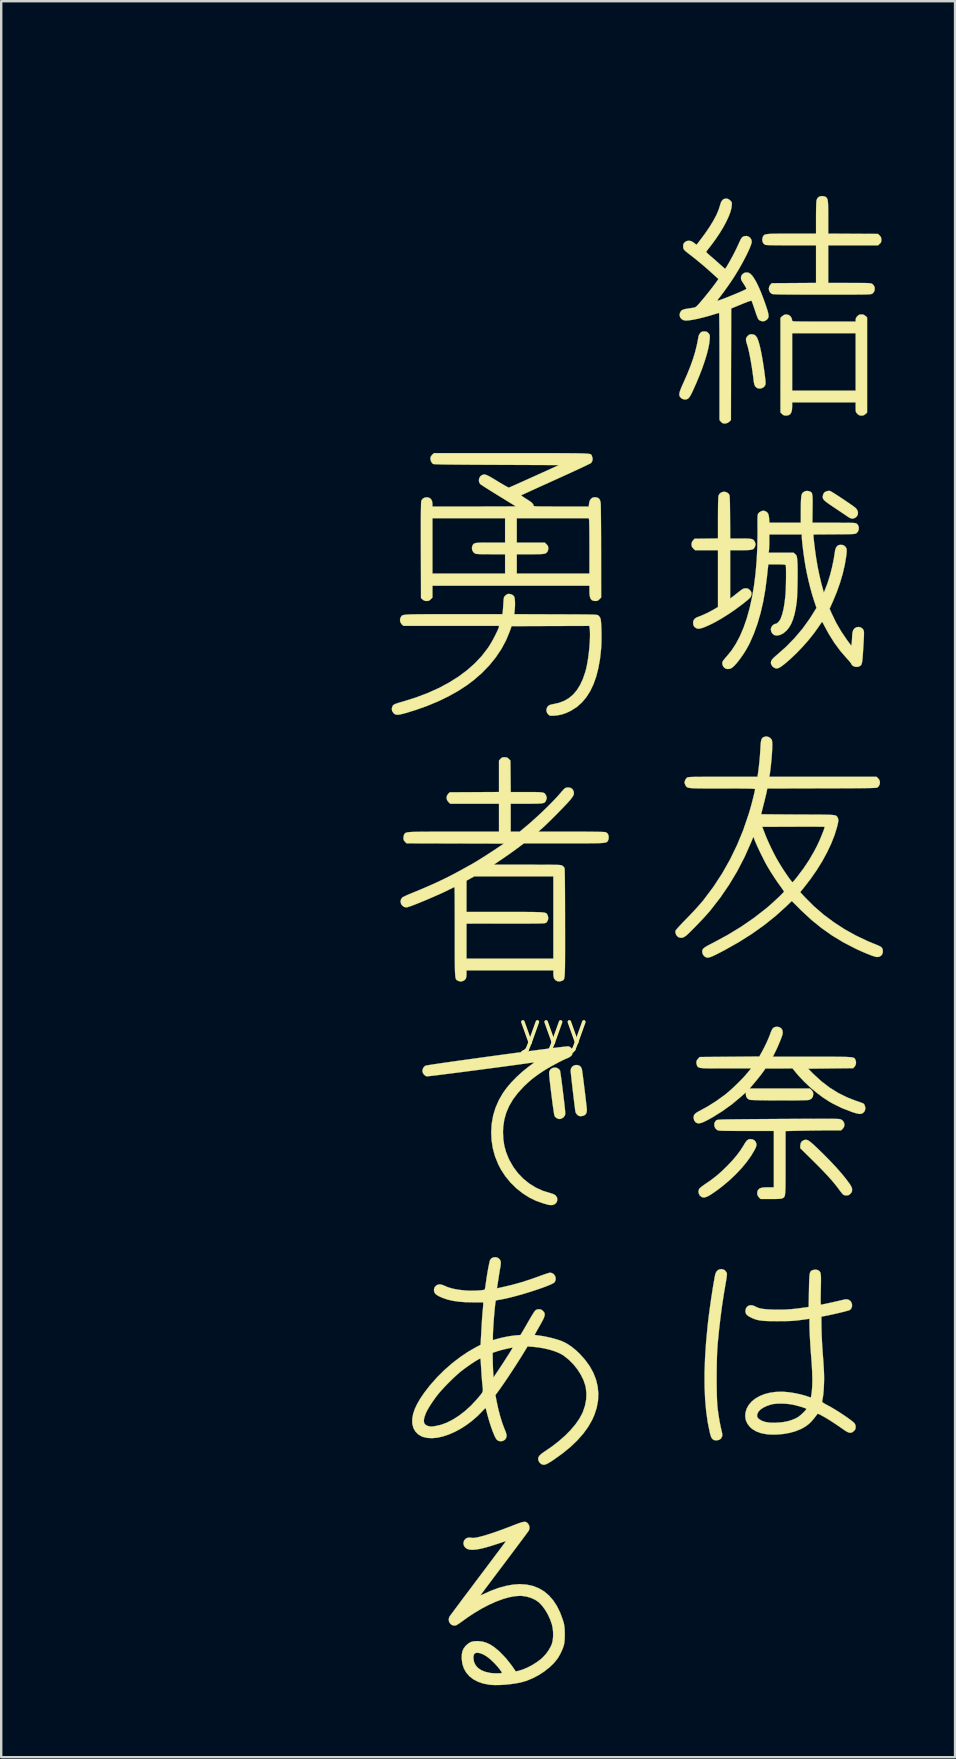
<source format=kicad_pcb>
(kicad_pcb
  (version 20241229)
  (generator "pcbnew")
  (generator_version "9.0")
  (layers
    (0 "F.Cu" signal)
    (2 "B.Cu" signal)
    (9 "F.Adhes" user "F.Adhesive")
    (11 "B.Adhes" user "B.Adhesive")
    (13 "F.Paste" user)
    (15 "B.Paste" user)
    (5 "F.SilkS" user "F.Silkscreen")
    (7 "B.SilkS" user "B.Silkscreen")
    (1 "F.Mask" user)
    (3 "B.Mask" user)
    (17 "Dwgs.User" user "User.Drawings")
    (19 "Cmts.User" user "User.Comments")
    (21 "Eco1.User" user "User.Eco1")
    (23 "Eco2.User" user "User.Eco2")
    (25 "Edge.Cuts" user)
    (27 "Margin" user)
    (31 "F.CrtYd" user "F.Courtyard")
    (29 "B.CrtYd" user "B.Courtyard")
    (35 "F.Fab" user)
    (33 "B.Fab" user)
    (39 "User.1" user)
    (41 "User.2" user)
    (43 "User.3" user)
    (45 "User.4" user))
  (footprint "yyy"
    (layer "F.Cu")
    (at 20.003 39.789)
    (property "Reference" "yyy" (at 0 0 0) (layer "F.SilkS") (effects (font (size 1.27 1.27) (thickness 0.15))))
    (attr through_hole)
    (fp_poly (pts (xy -13.26 -9.862) (xy -13.129 -9.858) (xy -12.988 -9.851) (xy -12.844 -9.843) (xy -12.702 -9.832) (xy -12.57 -9.82) (xy -12.454 -9.806) (xy -12.418 -9.801) (xy -11.979 -9.716) (xy -11.564 -9.6) (xy -11.175 -9.452) (xy -10.813 -9.274) (xy -10.479 -9.066) (xy -10.174 -8.829) (xy -9.898 -8.563) (xy -9.653 -8.27) (xy -9.439 -7.949) (xy -9.289 -7.667) (xy -9.184 -7.423) (xy -9.087 -7.151) (xy -9.002 -6.863) (xy -8.932 -6.572) (xy -8.882 -6.294) (xy -8.869 -6.207) (xy -9.53 -6.077) (xy -9.871 -6.012) (xy -10.195 -5.952) (xy -10.497 -5.897) (xy -10.774 -5.85) (xy -11.02 -5.81) (xy -11.232 -5.779) (xy -11.314 -5.768) (xy -11.454 -5.752) (xy -11.613 -5.74) (xy -11.782 -5.731) (xy -11.953 -5.725) (xy -12.118 -5.723) (xy -12.269 -5.725) (xy -12.398 -5.73) (xy -12.497 -5.739) (xy -12.531 -5.745) (xy -12.755 -5.812) (xy -12.969 -5.915) (xy -13.174 -6.057) (xy -13.374 -6.238) (xy -13.568 -6.459) (xy -13.623 -6.53) (xy -13.689 -6.619) (xy -13.771 -6.732) (xy -13.864 -6.862) (xy -13.964 -7.003) (xy -14.066 -7.149) (xy -14.166 -7.292) (xy -14.259 -7.428) (xy -14.341 -7.549) (xy -14.408 -7.649) (xy -14.455 -7.722) (xy -14.458 -7.726) (xy -14.516 -7.823) (xy -14.577 -7.93) (xy -14.637 -8.039) (xy -14.693 -8.143) (xy -14.74 -8.235) (xy -14.774 -8.308) (xy -14.793 -8.355) (xy -14.796 -8.366) (xy -14.777 -8.399) (xy -14.726 -8.442) (xy -14.65 -8.489) (xy -14.556 -8.535) (xy -14.49 -8.562) (xy -14.385 -8.598) (xy -14.279 -8.627) (xy -14.164 -8.65) (xy -14.034 -8.668) (xy -13.883 -8.681) (xy -13.703 -8.69) (xy -13.488 -8.697) (xy -13.48 -8.697) (xy -12.958 -8.71) (xy -13.107 -8.964) (xy -13.182 -9.093) (xy -13.256 -9.227) (xy -13.328 -9.36) (xy -13.394 -9.488) (xy -13.453 -9.604) (xy -13.501 -9.704) (xy -13.535 -9.781) (xy -13.553 -9.831) (xy -13.554 -9.847) (xy -13.528 -9.856) (xy -13.466 -9.861) (xy -13.374 -9.863) (xy -13.26 -9.862)) (stroke (width 0.01) (type solid)) (fill yes) (layer "F.Mask"))
    (fp_poly (pts (xy 3.677 -39.761) (xy 3.669 -39.703) (xy 3.654 -39.617) (xy 3.635 -39.509) (xy 3.612 -39.386) (xy 3.586 -39.254) (xy 3.559 -39.12) (xy 3.533 -38.991) (xy 3.507 -38.872) (xy 3.484 -38.771) (xy 3.481 -38.756) (xy 3.409 -38.478) (xy 3.337 -38.237) (xy 3.264 -38.036) (xy 3.207 -37.906) (xy 3.139 -37.765) (xy 3.564 -38.024) (xy 3.702 -38.108) (xy 3.843 -38.195) (xy 3.979 -38.278) (xy 4.099 -38.352) (xy 4.196 -38.411) (xy 4.218 -38.425) (xy 4.324 -38.489) (xy 4.399 -38.533) (xy 4.447 -38.556) (xy 4.473 -38.562) (xy 4.48 -38.553) (xy 4.477 -38.539) (xy 4.473 -38.51) (xy 4.467 -38.446) (xy 4.459 -38.356) (xy 4.451 -38.246) (xy 4.445 -38.163) (xy 4.381 -37.451) (xy 4.288 -36.763) (xy 4.163 -36.091) (xy 4.005 -35.43) (xy 3.814 -34.772) (xy 3.798 -34.724) (xy 3.671 -34.368) (xy 3.53 -34.05) (xy 3.373 -33.77) (xy 3.201 -33.526) (xy 3.011 -33.317) (xy 2.804 -33.141) (xy 2.577 -32.997) (xy 2.52 -32.968) (xy 2.376 -32.901) (xy 2.228 -32.844) (xy 2.072 -32.797) (xy 1.901 -32.758) (xy 1.707 -32.725) (xy 1.485 -32.697) (xy 1.227 -32.672) (xy 1.208 -32.671) (xy 1.068 -32.659) (xy 0.928 -32.647) (xy 0.8 -32.635) (xy 0.693 -32.624) (xy 0.637 -32.618) (xy 0.52 -32.608) (xy 0.365 -32.597) (xy 0.177 -32.588) (xy -0.04 -32.579) (xy -0.28 -32.571) (xy -0.54 -32.564) (xy -0.814 -32.557) (xy -1.099 -32.552) (xy -1.388 -32.548) (xy -1.679 -32.545) (xy -1.965 -32.544) (xy -2.244 -32.544) (xy -2.509 -32.545) (xy -2.746 -32.548) (xy -2.876 -32.551) (xy -2.99 -32.555) (xy -3.081 -32.56) (xy -3.145 -32.566) (xy -3.174 -32.571) (xy -3.175 -32.572) (xy -3.169 -32.606) (xy -3.153 -32.671) (xy -3.128 -32.762) (xy -3.098 -32.868) (xy -3.064 -32.984) (xy -3.029 -33.099) (xy -2.995 -33.208) (xy -2.965 -33.301) (xy -2.953 -33.336) (xy -2.91 -33.457) (xy -2.866 -33.576) (xy -2.821 -33.696) (xy -2.772 -33.82) (xy -2.719 -33.951) (xy -2.66 -34.092) (xy -2.594 -34.244) (xy -2.521 -34.413) (xy -2.437 -34.599) (xy -2.343 -34.807) (xy -2.237 -35.039) (xy -2.117 -35.297) (xy -1.983 -35.586) (xy -1.833 -35.907) (xy -1.684 -36.227) (xy -1.606 -36.395) (xy -1.522 -36.577) (xy -1.437 -36.762) (xy -1.358 -36.939) (xy -1.288 -37.095) (xy -1.256 -37.169) (xy -1.138 -37.435) (xy -1.032 -37.665) (xy -0.937 -37.863) (xy -0.849 -38.03) (xy -0.768 -38.172) (xy -0.69 -38.291) (xy -0.614 -38.391) (xy -0.538 -38.474) (xy -0.459 -38.546) (xy -0.375 -38.608) (xy -0.361 -38.618) (xy -0.284 -38.664) (xy -0.197 -38.707) (xy -0.093 -38.749) (xy 0.031 -38.79) (xy 0.181 -38.833) (xy 0.364 -38.88) (xy 0.561 -38.927) (xy 0.77 -38.977) (xy 1.008 -39.038) (xy 1.277 -39.109) (xy 1.579 -39.19) (xy 1.915 -39.284) (xy 2.288 -39.389) (xy 2.698 -39.507) (xy 2.836 -39.547) (xy 3.016 -39.599) (xy 3.183 -39.647) (xy 3.333 -39.69) (xy 3.461 -39.726) (xy 3.564 -39.755) (xy 3.636 -39.774) (xy 3.673 -39.784) (xy 3.678 -39.784) (xy 3.677 -39.761)) (stroke (width 0.01) (type solid)) (fill yes) (layer "F.Mask"))
    (fp_poly (pts (xy -10.574 -34.704) (xy -10.515 -34.686) (xy -10.426 -34.656) (xy -10.31 -34.614) (xy -10.173 -34.563) (xy -10.018 -34.504) (xy -9.849 -34.439) (xy -9.671 -34.37) (xy -9.488 -34.297) (xy -9.305 -34.224) (xy -9.125 -34.151) (xy -8.953 -34.079) (xy -8.794 -34.012) (xy -8.65 -33.951) (xy -8.58 -33.919) (xy -8.437 -33.855) (xy -8.316 -33.798) (xy -8.209 -33.744) (xy -8.106 -33.689) (xy -7.998 -33.627) (xy -7.876 -33.552) (xy -7.731 -33.461) (xy -7.674 -33.425) (xy -7.479 -33.293) (xy -7.317 -33.165) (xy -7.182 -33.034) (xy -7.067 -32.892) (xy -6.964 -32.729) (xy -6.866 -32.539) (xy -6.831 -32.463) (xy -6.76 -32.297) (xy -6.694 -32.125) (xy -6.633 -31.945) (xy -6.575 -31.755) (xy -6.521 -31.551) (xy -6.47 -31.333) (xy -6.422 -31.096) (xy -6.376 -30.839) (xy -6.332 -30.56) (xy -6.289 -30.256) (xy -6.248 -29.925) (xy -6.207 -29.564) (xy -6.167 -29.17) (xy -6.126 -28.743) (xy -6.086 -28.278) (xy -6.044 -27.774) (xy -6.033 -27.633) (xy -6.019 -27.451) (xy -6.005 -27.28) (xy -5.994 -27.125) (xy -5.984 -26.992) (xy -5.976 -26.886) (xy -5.971 -26.811) (xy -5.969 -26.772) (xy -5.969 -26.771) (xy -5.964 -26.725) (xy -5.95 -26.718) (xy -5.925 -26.75) (xy -5.889 -26.823) (xy -5.875 -26.855) (xy -5.828 -26.959) (xy -5.765 -27.092) (xy -5.69 -27.246) (xy -5.607 -27.412) (xy -5.52 -27.582) (xy -5.434 -27.749) (xy -5.352 -27.904) (xy -5.279 -28.039) (xy -5.237 -28.112) (xy -5.037 -28.444) (xy -4.839 -28.741) (xy -4.64 -29.008) (xy -4.433 -29.249) (xy -4.312 -29.378) (xy -4.075 -29.599) (xy -3.835 -29.78) (xy -3.587 -29.924) (xy -3.327 -30.033) (xy -3.051 -30.11) (xy -2.929 -30.132) (xy -2.818 -30.145) (xy -2.667 -30.155) (xy -2.478 -30.16) (xy -2.253 -30.162) (xy -1.996 -30.16) (xy -1.708 -30.155) (xy -1.391 -30.146) (xy -1.048 -30.134) (xy -0.681 -30.118) (xy -0.292 -30.099) (xy 0.116 -30.076) (xy 0.541 -30.051) (xy 0.566 -30.049) (xy 0.696 -30.04) (xy 0.813 -30.031) (xy 0.908 -30.022) (xy 0.975 -30.014) (xy 1.008 -30.007) (xy 1.01 -30.006) (xy 1.009 -29.981) (xy 0.99 -29.931) (xy 0.963 -29.874) (xy 0.926 -29.813) (xy 0.866 -29.725) (xy 0.787 -29.613) (xy 0.692 -29.482) (xy 0.584 -29.338) (xy 0.467 -29.183) (xy 0.345 -29.024) (xy 0.221 -28.865) (xy 0.099 -28.711) (xy -0.019 -28.566) (xy -0.037 -28.543) (xy -0.123 -28.439) (xy -0.199 -28.346) (xy -0.261 -28.269) (xy -0.305 -28.214) (xy -0.328 -28.185) (xy -0.331 -28.181) (xy -0.31 -28.183) (xy -0.257 -28.189) (xy -0.18 -28.198) (xy -0.124 -28.206) (xy -0.035 -28.215) (xy 0.084 -28.227) (xy 0.224 -28.238) (xy 0.371 -28.248) (xy 0.49 -28.256) (xy 0.608 -28.262) (xy 0.748 -28.269) (xy 0.905 -28.275) (xy 1.075 -28.282) (xy 1.252 -28.288) (xy 1.43 -28.294) (xy 1.606 -28.299) (xy 1.774 -28.304) (xy 1.928 -28.308) (xy 2.064 -28.311) (xy 2.177 -28.313) (xy 2.261 -28.313) (xy 2.312 -28.312) (xy 2.325 -28.311) (xy 2.316 -28.292) (xy 2.285 -28.255) (xy 2.264 -28.232) (xy 2.187 -28.143) (xy 2.099 -28.016) (xy 1.999 -27.852) (xy 1.889 -27.655) (xy 1.77 -27.425) (xy 1.642 -27.165) (xy 1.508 -26.877) (xy 1.382 -26.596) (xy 1.317 -26.449) (xy 1.257 -26.311) (xy 1.199 -26.176) (xy 1.141 -26.04) (xy 1.08 -25.897) (xy 1.014 -25.741) (xy 0.942 -25.567) (xy 0.86 -25.369) (xy 0.766 -25.143) (xy 0.67 -24.912) (xy 0.608 -24.76) (xy 0.546 -24.612) (xy 0.488 -24.475) (xy 0.438 -24.357) (xy 0.398 -24.264) (xy 0.373 -24.208) (xy 0.299 -24.062) (xy 0.215 -23.924) (xy 0.115 -23.791) (xy -0.004 -23.657) (xy -0.146 -23.518) (xy -0.316 -23.369) (xy -0.519 -23.206) (xy -0.582 -23.157) (xy -0.738 -23.038) (xy -0.879 -22.935) (xy -1.01 -22.844) (xy -1.137 -22.762) (xy -1.267 -22.687) (xy -1.405 -22.614) (xy -1.558 -22.54) (xy -1.731 -22.462) (xy -1.931 -22.376) (xy -2.163 -22.279) (xy -2.201 -22.264) (xy -2.214 -22.256) (xy -2.216 -22.246) (xy -2.202 -22.23) (xy -2.169 -22.208) (xy -2.114 -22.175) (xy -2.032 -22.132) (xy -1.921 -22.074) (xy -1.775 -22) (xy -1.745 -21.985) (xy -1.433 -21.823) (xy -1.137 -21.661) (xy -0.865 -21.503) (xy -0.62 -21.352) (xy -0.41 -21.212) (xy -0.382 -21.192) (xy -0.248 -21.091) (xy -0.111 -20.976) (xy 0.021 -20.855) (xy 0.139 -20.736) (xy 0.236 -20.627) (xy 0.298 -20.545) (xy 0.366 -20.433) (xy 0.444 -20.289) (xy 0.529 -20.12) (xy 0.617 -19.935) (xy 0.705 -19.74) (xy 0.787 -19.545) (xy 0.823 -19.454) (xy 0.878 -19.311) (xy 0.937 -19.153) (xy 0.997 -18.985) (xy 1.058 -18.811) (xy 1.117 -18.637) (xy 1.174 -18.467) (xy 1.226 -18.306) (xy 1.273 -18.159) (xy 1.312 -18.029) (xy 1.343 -17.923) (xy 1.363 -17.844) (xy 1.37 -17.798) (xy 1.369 -17.787) (xy 1.344 -17.786) (xy 1.295 -17.795) (xy 1.277 -17.799) (xy 1.214 -17.811) (xy 1.114 -17.823) (xy 0.983 -17.836) (xy 0.827 -17.848) (xy 0.65 -17.86) (xy 0.459 -17.871) (xy 0.26 -17.882) (xy 0.057 -17.891) (xy -0.143 -17.898) (xy -0.335 -17.903) (xy -0.514 -17.906) (xy -0.611 -17.907) (xy -0.872 -17.907) (xy -0.858 -17.849) (xy -0.837 -17.778) (xy -0.802 -17.687) (xy -0.754 -17.573) (xy -0.69 -17.433) (xy -0.608 -17.262) (xy -0.507 -17.058) (xy -0.498 -17.039) (xy -0.431 -16.906) (xy -0.356 -16.759) (xy -0.275 -16.602) (xy -0.191 -16.442) (xy -0.108 -16.282) (xy -0.026 -16.129) (xy 0.049 -15.987) (xy 0.117 -15.861) (xy 0.174 -15.757) (xy 0.217 -15.68) (xy 0.244 -15.635) (xy 0.246 -15.632) (xy 0.269 -15.593) (xy 0.275 -15.574) (xy 0.255 -15.569) (xy 0.197 -15.565) (xy 0.107 -15.562) (xy -0.011 -15.56) (xy -0.152 -15.559) (xy -0.311 -15.558) (xy -0.482 -15.558) (xy -0.662 -15.559) (xy -0.845 -15.56) (xy -1.026 -15.563) (xy -1.2 -15.566) (xy -1.363 -15.569) (xy -1.51 -15.574) (xy -1.635 -15.579) (xy -1.64 -15.579) (xy -2.122 -15.607) (xy -2.574 -15.643) (xy -2.994 -15.688) (xy -3.381 -15.74) (xy -3.734 -15.8) (xy -4.05 -15.867) (xy -4.328 -15.941) (xy -4.567 -16.022) (xy -4.624 -16.045) (xy -4.89 -16.175) (xy -5.159 -16.345) (xy -5.431 -16.552) (xy -5.701 -16.794) (xy -5.969 -17.069) (xy -6.231 -17.375) (xy -6.486 -17.709) (xy -6.73 -18.068) (xy -6.81 -18.195) (xy -6.9 -18.341) (xy -6.884 -18.182) (xy -6.876 -18.064) (xy -6.87 -17.916) (xy -6.868 -17.746) (xy -6.868 -17.563) (xy -6.87 -17.376) (xy -6.875 -17.193) (xy -6.883 -17.024) (xy -6.892 -16.876) (xy -6.903 -16.758) (xy -6.908 -16.722) (xy -6.995 -16.28) (xy -7.115 -15.865) (xy -7.267 -15.476) (xy -7.453 -15.11) (xy -7.673 -14.768) (xy -7.928 -14.448) (xy -8.002 -14.366) (xy -8.099 -14.266) (xy -8.221 -14.148) (xy -8.362 -14.017) (xy -8.514 -13.881) (xy -8.669 -13.747) (xy -8.819 -13.621) (xy -8.957 -13.51) (xy -8.985 -13.489) (xy -9.275 -13.276) (xy -9.566 -13.083) (xy -9.855 -12.912) (xy -10.135 -12.766) (xy -10.403 -12.647) (xy -10.652 -12.559) (xy -10.749 -12.532) (xy -10.829 -12.512) (xy -10.891 -12.497) (xy -10.927 -12.489) (xy -10.931 -12.488) (xy -10.94 -12.507) (xy -10.943 -12.547) (xy -10.944 -12.615) (xy -10.948 -12.716) (xy -10.953 -12.845) (xy -10.959 -12.998) (xy -10.967 -13.169) (xy -10.976 -13.355) (xy -10.986 -13.552) (xy -10.996 -13.754) (xy -11.007 -13.957) (xy -11.018 -14.157) (xy -11.029 -14.35) (xy -11.039 -14.53) (xy -11.049 -14.694) (xy -11.058 -14.837) (xy -11.066 -14.954) (xy -11.073 -15.042) (xy -11.078 -15.095) (xy -11.081 -15.11) (xy -11.11 -15.11) (xy -11.168 -15.089) (xy -11.252 -15.048) (xy -11.357 -14.99) (xy -11.478 -14.918) (xy -11.61 -14.834) (xy -11.673 -14.792) (xy -11.868 -14.657) (xy -12.09 -14.495) (xy -12.333 -14.31) (xy -12.594 -14.104) (xy -12.87 -13.882) (xy -13.155 -13.645) (xy -13.447 -13.398) (xy -13.661 -13.213) (xy -13.752 -13.135) (xy -13.831 -13.068) (xy -13.895 -13.016) (xy -13.936 -12.984) (xy -13.95 -12.975) (xy -13.962 -12.995) (xy -13.972 -13.052) (xy -13.982 -13.141) (xy -13.99 -13.255) (xy -13.997 -13.389) (xy -14.003 -13.539) (xy -14.006 -13.697) (xy -14.008 -13.86) (xy -14.008 -14.02) (xy -14.006 -14.173) (xy -14.002 -14.314) (xy -13.995 -14.436) (xy -13.993 -14.46) (xy -13.925 -15.049) (xy -13.817 -15.653) (xy -13.671 -16.271) (xy -13.485 -16.904) (xy -13.261 -17.549) (xy -12.998 -18.208) (xy -12.838 -18.572) (xy -12.782 -18.698) (xy -12.929 -18.559) (xy -13.119 -18.398) (xy -13.316 -18.266) (xy -13.527 -18.162) (xy -13.758 -18.082) (xy -14.015 -18.025) (xy -14.303 -17.987) (xy -14.469 -17.976) (xy -14.639 -17.974) (xy -14.818 -17.981) (xy -15.01 -17.999) (xy -15.22 -18.027) (xy -15.451 -18.067) (xy -15.708 -18.119) (xy -15.996 -18.184) (xy -16.318 -18.262) (xy -16.392 -18.28) (xy -16.625 -18.34) (xy -16.844 -18.398) (xy -17.051 -18.457) (xy -17.254 -18.518) (xy -17.458 -18.583) (xy -17.667 -18.654) (xy -17.887 -18.733) (xy -18.123 -18.821) (xy -18.382 -18.92) (xy -18.667 -19.033) (xy -18.984 -19.161) (xy -19.05 -19.188) (xy -19.271 -19.277) (xy -19.456 -19.353) (xy -19.608 -19.416) (xy -19.729 -19.466) (xy -19.824 -19.507) (xy -19.895 -19.538) (xy -19.944 -19.562) (xy -19.976 -19.579) (xy -19.993 -19.592) (xy -19.998 -19.599) (xy -19.997 -19.641) (xy -19.977 -19.714) (xy -19.942 -19.81) (xy -19.894 -19.923) (xy -19.837 -20.046) (xy -19.773 -20.174) (xy -19.706 -20.299) (xy -19.638 -20.414) (xy -19.637 -20.415) (xy -19.456 -20.678) (xy -19.239 -20.946) (xy -18.991 -21.213) (xy -18.717 -21.474) (xy -18.423 -21.724) (xy -18.113 -21.96) (xy -17.794 -22.175) (xy -17.621 -22.28) (xy -17.559 -22.319) (xy -17.519 -22.351) (xy -17.507 -22.368) (xy -17.509 -22.37) (xy -17.57 -22.39) (xy -17.663 -22.423) (xy -17.782 -22.466) (xy -17.924 -22.519) (xy -18.085 -22.579) (xy -18.26 -22.646) (xy -18.446 -22.717) (xy -18.638 -22.79) (xy -18.831 -22.865) (xy -19.023 -22.94) (xy -19.207 -23.012) (xy -19.382 -23.081) (xy -19.541 -23.144) (xy -19.681 -23.201) (xy -19.798 -23.248) (xy -19.887 -23.286) (xy -19.945 -23.312) (xy -19.966 -23.323) (xy -19.958 -23.343) (xy -19.918 -23.383) (xy -19.851 -23.441) (xy -19.762 -23.514) (xy -19.653 -23.598) (xy -19.528 -23.691) (xy -19.393 -23.79) (xy -19.251 -23.891) (xy -19.105 -23.992) (xy -18.96 -24.089) (xy -18.919 -24.116) (xy -18.364 -24.456) (xy -17.798 -24.757) (xy -17.222 -25.018) (xy -16.639 -25.239) (xy -16.049 -25.419) (xy -15.453 -25.56) (xy -14.853 -25.659) (xy -14.25 -25.718) (xy -13.645 -25.735) (xy -13.04 -25.71) (xy -12.435 -25.644) (xy -12.231 -25.612) (xy -12.005 -25.569) (xy -11.766 -25.517) (xy -11.524 -25.456) (xy -11.29 -25.391) (xy -11.072 -25.324) (xy -10.883 -25.258) (xy -10.819 -25.233) (xy -10.706 -25.187) (xy -10.832 -25.331) (xy -10.992 -25.524) (xy -11.166 -25.752) (xy -11.35 -26.01) (xy -11.543 -26.295) (xy -11.74 -26.601) (xy -11.94 -26.925) (xy -12.139 -27.261) (xy -12.336 -27.607) (xy -12.527 -27.956) (xy -12.71 -28.306) (xy -12.794 -28.473) (xy -12.937 -28.778) (xy -13.052 -29.063) (xy -13.14 -29.334) (xy -13.204 -29.6) (xy -13.246 -29.87) (xy -13.267 -30.152) (xy -13.271 -30.357) (xy -13.267 -30.569) (xy -13.252 -30.773) (xy -13.226 -30.977) (xy -13.187 -31.188) (xy -13.134 -31.415) (xy -13.064 -31.666) (xy -12.997 -31.888) (xy -12.958 -32.016) (xy -12.911 -32.176) (xy -12.86 -32.357) (xy -12.807 -32.549) (xy -12.755 -32.743) (xy -12.707 -32.927) (xy -12.705 -32.935) (xy -12.539 -33.581) (xy -12.447 -33.588) (xy -12.33 -33.583) (xy -12.183 -33.557) (xy -12.009 -33.51) (xy -11.812 -33.445) (xy -11.596 -33.362) (xy -11.366 -33.263) (xy -11.125 -33.15) (xy -10.879 -33.024) (xy -10.81 -32.987) (xy -10.686 -32.919) (xy -10.546 -32.839) (xy -10.399 -32.754) (xy -10.252 -32.668) (xy -10.114 -32.586) (xy -9.995 -32.513) (xy -9.903 -32.455) (xy -9.89 -32.447) (xy -9.822 -32.402) (xy -9.854 -32.494) (xy -9.903 -32.634) (xy -9.959 -32.792) (xy -10.018 -32.966) (xy -10.082 -33.15) (xy -10.147 -33.341) (xy -10.213 -33.535) (xy -10.277 -33.727) (xy -10.34 -33.914) (xy -10.399 -34.09) (xy -10.453 -34.252) (xy -10.5 -34.396) (xy -10.54 -34.517) (xy -10.57 -34.612) (xy -10.59 -34.676) (xy -10.597 -34.705) (xy -10.597 -34.706) (xy -10.574 -34.704)) (stroke (width 0.01) (type solid)) (fill yes) (layer "F.Mask"))
    (fp_poly (pts (xy 8.351 -28.901) (xy 8.422 -28.858) (xy 8.479 -28.781) (xy 8.506 -28.726) (xy 8.55 -28.605) (xy 8.595 -28.445) (xy 8.64 -28.248) (xy 8.686 -28.018) (xy 8.73 -27.758) (xy 8.774 -27.47) (xy 8.807 -27.227) (xy 8.824 -27.09) (xy 8.835 -26.988) (xy 8.84 -26.915) (xy 8.84 -26.862) (xy 8.835 -26.824) (xy 8.826 -26.795) (xy 8.774 -26.721) (xy 8.696 -26.671) (xy 8.604 -26.651) (xy 8.509 -26.665) (xy 8.496 -26.67) (xy 8.426 -26.72) (xy 8.377 -26.807) (xy 8.351 -26.928) (xy 8.351 -26.93) (xy 8.325 -27.145) (xy 8.295 -27.367) (xy 8.261 -27.588) (xy 8.225 -27.802) (xy 8.188 -28.003) (xy 8.151 -28.183) (xy 8.115 -28.336) (xy 8.082 -28.455) (xy 8.073 -28.481) (xy 8.039 -28.594) (xy 8.024 -28.678) (xy 8.03 -28.744) (xy 8.057 -28.799) (xy 8.094 -28.842) (xy 8.148 -28.888) (xy 8.2 -28.909) (xy 8.261 -28.914) (xy 8.351 -28.901)) (stroke (width 0.01) (type solid)) (fill yes) (layer "F.SilkS"))
    (fp_poly (pts (xy 11.524 -22.386) (xy 11.557 -22.37) (xy 11.62 -22.334) (xy 11.706 -22.281) (xy 11.809 -22.215) (xy 11.925 -22.14) (xy 12.047 -22.059) (xy 12.17 -21.977) (xy 12.288 -21.896) (xy 12.396 -21.822) (xy 12.488 -21.757) (xy 12.557 -21.705) (xy 12.599 -21.671) (xy 12.6 -21.67) (xy 12.662 -21.588) (xy 12.69 -21.498) (xy 12.685 -21.41) (xy 12.647 -21.331) (xy 12.578 -21.271) (xy 12.563 -21.264) (xy 12.497 -21.239) (xy 12.437 -21.234) (xy 12.372 -21.253) (xy 12.293 -21.296) (xy 12.231 -21.338) (xy 12.166 -21.383) (xy 12.073 -21.445) (xy 11.962 -21.52) (xy 11.838 -21.603) (xy 11.712 -21.687) (xy 11.679 -21.709) (xy 11.535 -21.806) (xy 11.424 -21.884) (xy 11.341 -21.947) (xy 11.283 -22) (xy 11.246 -22.046) (xy 11.227 -22.089) (xy 11.221 -22.132) (xy 11.226 -22.178) (xy 11.244 -22.244) (xy 11.27 -22.3) (xy 11.319 -22.344) (xy 11.392 -22.376) (xy 11.471 -22.39) (xy 11.524 -22.386)) (stroke (width 0.01) (type solid)) (fill yes) (layer "F.SilkS"))
    (fp_poly (pts (xy 10.587 4.657) (xy 10.643 4.687) (xy 10.711 4.737) (xy 10.796 4.809) (xy 10.902 4.906) (xy 11.001 4.999) (xy 11.276 5.267) (xy 11.532 5.527) (xy 11.766 5.776) (xy 11.974 6.011) (xy 12.154 6.228) (xy 12.303 6.425) (xy 12.338 6.475) (xy 12.393 6.559) (xy 12.425 6.62) (xy 12.442 6.672) (xy 12.446 6.725) (xy 12.446 6.726) (xy 12.44 6.793) (xy 12.417 6.844) (xy 12.374 6.892) (xy 12.318 6.939) (xy 12.266 6.96) (xy 12.221 6.962) (xy 12.155 6.957) (xy 12.1 6.945) (xy 12.095 6.943) (xy 12.066 6.92) (xy 12.019 6.868) (xy 11.963 6.798) (xy 11.91 6.727) (xy 11.787 6.563) (xy 11.638 6.381) (xy 11.46 6.18) (xy 11.253 5.959) (xy 11.015 5.714) (xy 10.787 5.488) (xy 10.287 4.996) (xy 10.287 4.893) (xy 10.303 4.789) (xy 10.35 4.712) (xy 10.431 4.662) (xy 10.446 4.657) (xy 10.493 4.645) (xy 10.539 4.644) (xy 10.587 4.657)) (stroke (width 0.01) (type solid)) (fill yes) (layer "F.SilkS"))
    (fp_poly (pts (xy 1.008 1.531) (xy 1.083 1.556) (xy 1.145 1.609) (xy 1.184 1.687) (xy 1.192 1.725) (xy 1.203 1.799) (xy 1.218 1.904) (xy 1.235 2.033) (xy 1.254 2.181) (xy 1.274 2.343) (xy 1.295 2.511) (xy 1.316 2.682) (xy 1.336 2.848) (xy 1.354 3.004) (xy 1.37 3.144) (xy 1.383 3.263) (xy 1.392 3.354) (xy 1.397 3.412) (xy 1.397 3.425) (xy 1.38 3.525) (xy 1.33 3.6) (xy 1.25 3.646) (xy 1.142 3.662) (xy 1.07 3.653) (xy 1.013 3.618) (xy 0.994 3.601) (xy 0.952 3.549) (xy 0.925 3.498) (xy 0.922 3.49) (xy 0.916 3.45) (xy 0.905 3.375) (xy 0.892 3.269) (xy 0.875 3.139) (xy 0.857 2.991) (xy 0.838 2.829) (xy 0.818 2.661) (xy 0.798 2.491) (xy 0.779 2.326) (xy 0.762 2.171) (xy 0.746 2.033) (xy 0.734 1.916) (xy 0.725 1.827) (xy 0.72 1.771) (xy 0.72 1.758) (xy 0.737 1.67) (xy 0.783 1.601) (xy 0.849 1.554) (xy 0.927 1.53) (xy 1.008 1.531)) (stroke (width 0.01) (type solid)) (fill yes) (layer "F.SilkS"))
    (fp_poly (pts (xy 8.307 4.629) (xy 8.384 4.674) (xy 8.424 4.725) (xy 8.455 4.79) (xy 8.463 4.854) (xy 8.447 4.929) (xy 8.406 5.023) (xy 8.392 5.051) (xy 8.243 5.304) (xy 8.059 5.563) (xy 7.842 5.825) (xy 7.597 6.085) (xy 7.329 6.338) (xy 7.042 6.579) (xy 6.872 6.709) (xy 6.712 6.824) (xy 6.58 6.914) (xy 6.471 6.979) (xy 6.382 7.022) (xy 6.308 7.044) (xy 6.245 7.047) (xy 6.19 7.033) (xy 6.165 7.02) (xy 6.097 6.961) (xy 6.056 6.879) (xy 6.046 6.789) (xy 6.069 6.703) (xy 6.08 6.684) (xy 6.11 6.652) (xy 6.169 6.603) (xy 6.247 6.544) (xy 6.337 6.481) (xy 6.354 6.47) (xy 6.548 6.336) (xy 6.72 6.207) (xy 6.884 6.072) (xy 7.049 5.923) (xy 7.228 5.749) (xy 7.24 5.737) (xy 7.448 5.518) (xy 7.635 5.299) (xy 7.794 5.086) (xy 7.922 4.886) (xy 7.939 4.856) (xy 8.006 4.746) (xy 8.067 4.672) (xy 8.127 4.63) (xy 8.192 4.615) (xy 8.204 4.614) (xy 8.307 4.629)) (stroke (width 0.01) (type solid)) (fill yes) (layer "F.SilkS"))
    (fp_poly (pts (xy 0.147 1.65) (xy 0.224 1.694) (xy 0.277 1.76) (xy 0.283 1.788) (xy 0.294 1.854) (xy 0.309 1.952) (xy 0.326 2.079) (xy 0.346 2.229) (xy 0.368 2.399) (xy 0.391 2.584) (xy 0.403 2.681) (xy 0.429 2.898) (xy 0.451 3.078) (xy 0.467 3.223) (xy 0.48 3.339) (xy 0.488 3.428) (xy 0.493 3.496) (xy 0.494 3.546) (xy 0.493 3.581) (xy 0.488 3.607) (xy 0.481 3.628) (xy 0.478 3.634) (xy 0.427 3.703) (xy 0.356 3.754) (xy 0.277 3.779) (xy 0.212 3.775) (xy 0.116 3.73) (xy 0.056 3.667) (xy 0.051 3.658) (xy 0.042 3.624) (xy 0.028 3.551) (xy 0.011 3.444) (xy -0.009 3.307) (xy -0.032 3.144) (xy -0.056 2.958) (xy -0.082 2.754) (xy -0.086 2.721) (xy -0.112 2.505) (xy -0.133 2.327) (xy -0.15 2.183) (xy -0.162 2.068) (xy -0.17 1.98) (xy -0.175 1.913) (xy -0.176 1.864) (xy -0.175 1.828) (xy -0.17 1.802) (xy -0.163 1.781) (xy -0.158 1.769) (xy -0.103 1.695) (xy -0.026 1.651) (xy 0.06 1.636) (xy 0.147 1.65)) (stroke (width 0.01) (type solid)) (fill yes) (layer "F.SilkS"))
    (fp_poly (pts (xy 6.356 -29.027) (xy 6.402 -29.012) (xy 6.443 -28.977) (xy 6.46 -28.958) (xy 6.491 -28.922) (xy 6.509 -28.891) (xy 6.518 -28.854) (xy 6.519 -28.799) (xy 6.514 -28.716) (xy 6.513 -28.693) (xy 6.491 -28.512) (xy 6.448 -28.299) (xy 6.386 -28.059) (xy 6.305 -27.795) (xy 6.207 -27.511) (xy 6.093 -27.213) (xy 5.964 -26.903) (xy 5.829 -26.598) (xy 5.766 -26.465) (xy 5.714 -26.366) (xy 5.67 -26.295) (xy 5.629 -26.248) (xy 5.587 -26.218) (xy 5.539 -26.201) (xy 5.524 -26.198) (xy 5.468 -26.197) (xy 5.403 -26.21) (xy 5.399 -26.211) (xy 5.337 -26.245) (xy 5.286 -26.292) (xy 5.285 -26.293) (xy 5.26 -26.335) (xy 5.247 -26.382) (xy 5.248 -26.438) (xy 5.263 -26.509) (xy 5.294 -26.602) (xy 5.342 -26.72) (xy 5.409 -26.87) (xy 5.414 -26.882) (xy 5.57 -27.235) (xy 5.701 -27.56) (xy 5.811 -27.864) (xy 5.9 -28.153) (xy 5.971 -28.433) (xy 6.027 -28.709) (xy 6.044 -28.814) (xy 6.067 -28.886) (xy 6.11 -28.955) (xy 6.117 -28.962) (xy 6.159 -29.004) (xy 6.202 -29.024) (xy 6.263 -29.03) (xy 6.287 -29.03) (xy 6.356 -29.027)) (stroke (width 0.01) (type solid)) (fill yes) (layer "F.SilkS"))
    (fp_poly (pts (xy 9.806 -29.715) (xy 9.824 -29.706) (xy 9.881 -29.657) (xy 9.926 -29.583) (xy 9.948 -29.502) (xy 9.948 -29.486) (xy 9.949 -29.477) (xy 9.953 -29.47) (xy 9.963 -29.463) (xy 9.983 -29.458) (xy 10.016 -29.454) (xy 10.064 -29.45) (xy 10.131 -29.448) (xy 10.22 -29.446) (xy 10.333 -29.445) (xy 10.475 -29.444) (xy 10.648 -29.443) (xy 10.855 -29.443) (xy 11.1 -29.443) (xy 11.271 -29.443) (xy 12.594 -29.443) (xy 12.594 -29.519) (xy 12.604 -29.581) (xy 12.638 -29.637) (xy 12.666 -29.667) (xy 12.72 -29.714) (xy 12.771 -29.735) (xy 12.835 -29.739) (xy 12.91 -29.732) (xy 12.969 -29.704) (xy 13.001 -29.677) (xy 13.07 -29.616) (xy 13.07 -25.651) (xy 13.001 -25.589) (xy 12.942 -25.546) (xy 12.879 -25.529) (xy 12.835 -25.527) (xy 12.767 -25.532) (xy 12.717 -25.555) (xy 12.666 -25.599) (xy 12.633 -25.634) (xy 12.612 -25.664) (xy 12.6 -25.701) (xy 12.595 -25.755) (xy 12.594 -25.836) (xy 12.594 -25.874) (xy 12.594 -26.077) (xy 9.948 -26.077) (xy 9.948 -25.907) (xy 9.94 -25.765) (xy 9.914 -25.659) (xy 9.868 -25.586) (xy 9.8 -25.543) (xy 9.708 -25.527) (xy 9.691 -25.527) (xy 9.62 -25.533) (xy 9.569 -25.555) (xy 9.527 -25.592) (xy 9.461 -25.657) (xy 9.461 -28.956) (xy 9.948 -28.956) (xy 9.948 -26.564) (xy 12.594 -26.564) (xy 12.594 -28.956) (xy 9.948 -28.956) (xy 9.461 -28.956) (xy 9.461 -29.595) (xy 9.533 -29.667) (xy 9.616 -29.724) (xy 9.707 -29.74) (xy 9.806 -29.715)) (stroke (width 0.01) (type solid)) (fill yes) (layer "F.SilkS"))
    (fp_poly (pts (xy 7.111 10.06) (xy 7.155 10.094) (xy 7.198 10.147) (xy 7.227 10.2) (xy 7.229 10.209) (xy 7.231 10.249) (xy 7.225 10.321) (xy 7.212 10.417) (xy 7.195 10.526) (xy 7.188 10.566) (xy 7.102 11.07) (xy 7.026 11.569) (xy 6.959 12.076) (xy 6.899 12.602) (xy 6.845 13.157) (xy 6.844 13.176) (xy 6.832 13.337) (xy 6.822 13.527) (xy 6.814 13.741) (xy 6.809 13.972) (xy 6.805 14.215) (xy 6.803 14.464) (xy 6.803 14.712) (xy 6.805 14.954) (xy 6.809 15.182) (xy 6.815 15.392) (xy 6.823 15.577) (xy 6.833 15.731) (xy 6.843 15.833) (xy 6.88 16.103) (xy 6.922 16.362) (xy 6.969 16.599) (xy 7.008 16.771) (xy 7.03 16.863) (xy 7.038 16.928) (xy 7.035 16.978) (xy 7.027 17.009) (xy 6.981 17.094) (xy 6.908 17.146) (xy 6.808 17.166) (xy 6.79 17.166) (xy 6.718 17.161) (xy 6.668 17.142) (xy 6.626 17.107) (xy 6.596 17.07) (xy 6.57 17.018) (xy 6.545 16.943) (xy 6.517 16.836) (xy 6.513 16.816) (xy 6.428 16.397) (xy 6.365 15.94) (xy 6.322 15.448) (xy 6.3 14.919) (xy 6.299 14.354) (xy 6.319 13.753) (xy 6.36 13.117) (xy 6.422 12.445) (xy 6.436 12.319) (xy 6.457 12.137) (xy 6.481 11.937) (xy 6.509 11.725) (xy 6.54 11.506) (xy 6.571 11.287) (xy 6.604 11.072) (xy 6.635 10.867) (xy 6.666 10.679) (xy 6.695 10.512) (xy 6.72 10.373) (xy 6.742 10.266) (xy 6.754 10.22) (xy 6.795 10.134) (xy 6.86 10.072) (xy 6.941 10.037) (xy 7.028 10.032) (xy 7.111 10.06)) (stroke (width 0.01) (type solid)) (fill yes) (layer "F.SilkS"))
    (fp_poly (pts (xy 11.441 3.769) (xy 11.567 3.77) (xy 11.67 3.771) (xy 11.755 3.773) (xy 11.822 3.775) (xy 11.874 3.778) (xy 11.913 3.781) (xy 11.942 3.785) (xy 11.963 3.79) (xy 11.978 3.795) (xy 11.982 3.797) (xy 12.062 3.855) (xy 12.11 3.932) (xy 12.126 4.02) (xy 12.108 4.108) (xy 12.055 4.187) (xy 12.045 4.196) (xy 11.98 4.255) (xy 11.401 4.255) (xy 11.205 4.255) (xy 10.982 4.257) (xy 10.749 4.26) (xy 10.521 4.263) (xy 10.315 4.267) (xy 10.248 4.268) (xy 9.673 4.282) (xy 9.673 5.603) (xy 9.673 5.882) (xy 9.673 6.121) (xy 9.672 6.325) (xy 9.671 6.495) (xy 9.669 6.635) (xy 9.665 6.749) (xy 9.66 6.84) (xy 9.653 6.909) (xy 9.645 6.962) (xy 9.633 7) (xy 9.62 7.027) (xy 9.603 7.046) (xy 9.583 7.06) (xy 9.56 7.073) (xy 9.547 7.08) (xy 9.516 7.091) (xy 9.471 7.1) (xy 9.405 7.106) (xy 9.313 7.11) (xy 9.189 7.112) (xy 9.061 7.112) (xy 8.637 7.112) (xy 8.572 7.054) (xy 8.515 6.977) (xy 8.491 6.885) (xy 8.503 6.79) (xy 8.516 6.758) (xy 8.553 6.706) (xy 8.603 6.669) (xy 8.675 6.644) (xy 8.774 6.63) (xy 8.908 6.625) (xy 8.941 6.625) (xy 9.186 6.625) (xy 9.186 4.276) (xy 8.038 4.276) (xy 7.788 4.276) (xy 7.577 4.275) (xy 7.401 4.275) (xy 7.257 4.274) (xy 7.142 4.272) (xy 7.051 4.27) (xy 6.981 4.267) (xy 6.929 4.263) (xy 6.89 4.258) (xy 6.863 4.252) (xy 6.843 4.245) (xy 6.826 4.236) (xy 6.82 4.233) (xy 6.751 4.17) (xy 6.712 4.089) (xy 6.702 4.001) (xy 6.722 3.917) (xy 6.774 3.847) (xy 6.79 3.834) (xy 6.8 3.828) (xy 6.812 3.823) (xy 6.829 3.818) (xy 6.853 3.813) (xy 6.887 3.809) (xy 6.932 3.806) (xy 6.992 3.803) (xy 7.067 3.8) (xy 7.161 3.797) (xy 7.276 3.795) (xy 7.414 3.793) (xy 7.578 3.791) (xy 7.769 3.789) (xy 7.99 3.787) (xy 8.244 3.785) (xy 8.532 3.783) (xy 8.857 3.781) (xy 9.221 3.778) (xy 9.378 3.777) (xy 9.76 3.775) (xy 10.102 3.773) (xy 10.407 3.771) (xy 10.675 3.77) (xy 10.911 3.769) (xy 11.116 3.769) (xy 11.292 3.769) (xy 11.441 3.769)) (stroke (width 0.01) (type solid)) (fill yes) (layer "F.SilkS"))
    (fp_poly (pts (xy 7.24 -22.32) (xy 7.309 -22.261) (xy 7.318 -22.248) (xy 7.327 -22.232) (xy 7.335 -22.209) (xy 7.341 -22.177) (xy 7.346 -22.13) (xy 7.35 -22.066) (xy 7.353 -21.979) (xy 7.356 -21.867) (xy 7.358 -21.725) (xy 7.36 -21.549) (xy 7.362 -21.335) (xy 7.362 -21.299) (xy 7.368 -20.405) (xy 7.803 -20.405) (xy 7.967 -20.404) (xy 8.093 -20.401) (xy 8.189 -20.394) (xy 8.259 -20.383) (xy 8.309 -20.365) (xy 8.345 -20.339) (xy 8.371 -20.305) (xy 8.392 -20.265) (xy 8.418 -20.196) (xy 8.42 -20.138) (xy 8.399 -20.067) (xy 8.394 -20.056) (xy 8.373 -20.013) (xy 8.347 -19.98) (xy 8.31 -19.956) (xy 8.257 -19.939) (xy 8.183 -19.928) (xy 8.082 -19.921) (xy 7.949 -19.918) (xy 7.801 -19.918) (xy 7.366 -19.918) (xy 7.366 -17.902) (xy 7.445 -17.962) (xy 7.5 -18.003) (xy 7.573 -18.061) (xy 7.652 -18.123) (xy 7.672 -18.139) (xy 7.767 -18.214) (xy 7.838 -18.267) (xy 7.89 -18.301) (xy 7.933 -18.32) (xy 7.973 -18.328) (xy 8.017 -18.33) (xy 8.019 -18.33) (xy 8.085 -18.324) (xy 8.136 -18.3) (xy 8.183 -18.258) (xy 8.231 -18.202) (xy 8.251 -18.149) (xy 8.254 -18.105) (xy 8.249 -18.041) (xy 8.229 -17.986) (xy 8.189 -17.932) (xy 8.124 -17.869) (xy 8.075 -17.828) (xy 7.82 -17.626) (xy 7.555 -17.431) (xy 7.287 -17.249) (xy 7.022 -17.082) (xy 6.766 -16.935) (xy 6.526 -16.812) (xy 6.327 -16.725) (xy 6.206 -16.68) (xy 6.114 -16.655) (xy 6.043 -16.647) (xy 5.984 -16.656) (xy 5.956 -16.667) (xy 5.879 -16.719) (xy 5.834 -16.794) (xy 5.821 -16.894) (xy 5.837 -16.987) (xy 5.887 -17.061) (xy 5.974 -17.119) (xy 6.057 -17.15) (xy 6.149 -17.185) (xy 6.267 -17.236) (xy 6.4 -17.298) (xy 6.535 -17.367) (xy 6.663 -17.437) (xy 6.712 -17.465) (xy 6.858 -17.552) (xy 6.858 -19.918) (xy 5.901 -19.918) (xy 5.829 -19.99) (xy 5.783 -20.043) (xy 5.762 -20.094) (xy 5.757 -20.159) (xy 5.765 -20.234) (xy 5.793 -20.292) (xy 5.819 -20.325) (xy 5.881 -20.394) (xy 6.858 -20.407) (xy 6.858 -21.258) (xy 6.859 -21.49) (xy 6.86 -21.693) (xy 6.863 -21.865) (xy 6.867 -22.004) (xy 6.872 -22.107) (xy 6.877 -22.172) (xy 6.881 -22.189) (xy 6.922 -22.267) (xy 6.988 -22.321) (xy 7.07 -22.348) (xy 7.157 -22.348) (xy 7.24 -22.32)) (stroke (width 0.01) (type solid)) (fill yes) (layer "F.SilkS"))
    (fp_poly (pts (xy 11.272 -34.663) (xy 11.334 -34.642) (xy 11.343 -34.636) (xy 11.371 -34.614) (xy 11.394 -34.589) (xy 11.412 -34.555) (xy 11.426 -34.51) (xy 11.436 -34.447) (xy 11.443 -34.363) (xy 11.448 -34.254) (xy 11.45 -34.114) (xy 11.451 -33.94) (xy 11.451 -33.783) (xy 11.451 -33.106) (xy 12.488 -33.1) (xy 13.525 -33.094) (xy 13.594 -33.025) (xy 13.637 -32.975) (xy 13.657 -32.927) (xy 13.663 -32.861) (xy 13.663 -32.849) (xy 13.659 -32.779) (xy 13.643 -32.733) (xy 13.607 -32.692) (xy 13.594 -32.68) (xy 13.525 -32.618) (xy 11.451 -32.618) (xy 11.451 -31.052) (xy 12.335 -31.051) (xy 12.552 -31.051) (xy 12.731 -31.051) (xy 12.876 -31.05) (xy 12.991 -31.049) (xy 13.08 -31.046) (xy 13.147 -31.043) (xy 13.196 -31.038) (xy 13.231 -31.033) (xy 13.256 -31.025) (xy 13.276 -31.016) (xy 13.285 -31.011) (xy 13.349 -30.949) (xy 13.384 -30.869) (xy 13.39 -30.781) (xy 13.366 -30.696) (xy 13.314 -30.626) (xy 13.286 -30.606) (xy 13.274 -30.599) (xy 13.259 -30.593) (xy 13.24 -30.588) (xy 13.213 -30.583) (xy 13.175 -30.579) (xy 13.125 -30.576) (xy 13.06 -30.573) (xy 12.977 -30.571) (xy 12.874 -30.569) (xy 12.747 -30.568) (xy 12.595 -30.567) (xy 12.415 -30.566) (xy 12.204 -30.566) (xy 11.96 -30.566) (xy 11.68 -30.565) (xy 11.362 -30.566) (xy 11.187 -30.566) (xy 10.843 -30.566) (xy 10.539 -30.566) (xy 10.272 -30.567) (xy 10.04 -30.567) (xy 9.841 -30.568) (xy 9.672 -30.57) (xy 9.53 -30.571) (xy 9.413 -30.573) (xy 9.319 -30.576) (xy 9.245 -30.579) (xy 9.189 -30.582) (xy 9.148 -30.586) (xy 9.12 -30.59) (xy 9.102 -30.595) (xy 9.097 -30.598) (xy 9.027 -30.658) (xy 8.986 -30.738) (xy 8.977 -30.829) (xy 9 -30.917) (xy 9.036 -30.972) (xy 9.098 -31.041) (xy 10.021 -31.047) (xy 10.943 -31.053) (xy 10.943 -32.618) (xy 9.907 -32.618) (xy 9.629 -32.618) (xy 9.393 -32.62) (xy 9.197 -32.622) (xy 9.043 -32.625) (xy 8.929 -32.629) (xy 8.855 -32.635) (xy 8.821 -32.641) (xy 8.82 -32.641) (xy 8.755 -32.692) (xy 8.715 -32.768) (xy 8.702 -32.858) (xy 8.72 -32.951) (xy 8.733 -32.98) (xy 8.748 -33.008) (xy 8.764 -33.031) (xy 8.786 -33.05) (xy 8.816 -33.065) (xy 8.859 -33.077) (xy 8.917 -33.087) (xy 8.995 -33.094) (xy 9.096 -33.099) (xy 9.223 -33.102) (xy 9.38 -33.104) (xy 9.571 -33.104) (xy 9.799 -33.105) (xy 9.926 -33.105) (xy 10.943 -33.105) (xy 10.943 -33.766) (xy 10.944 -33.95) (xy 10.946 -34.117) (xy 10.949 -34.26) (xy 10.954 -34.375) (xy 10.959 -34.458) (xy 10.965 -34.504) (xy 10.965 -34.506) (xy 11.008 -34.593) (xy 11.078 -34.648) (xy 11.175 -34.67) (xy 11.195 -34.671) (xy 11.272 -34.663)) (stroke (width 0.01) (type solid)) (fill yes) (layer "F.SilkS"))
    (fp_poly (pts (xy 0.628 0.751) (xy 0.707 0.785) (xy 0.764 0.847) (xy 0.798 0.927) (xy 0.804 1.014) (xy 0.779 1.098) (xy 0.752 1.138) (xy 0.7 1.183) (xy 0.629 1.225) (xy 0.599 1.238) (xy 0.505 1.277) (xy 0.383 1.334) (xy 0.242 1.405) (xy 0.091 1.485) (xy -0.064 1.569) (xy -0.213 1.654) (xy -0.348 1.735) (xy -0.456 1.804) (xy -0.635 1.925) (xy -0.786 2.035) (xy -0.921 2.141) (xy -1.049 2.253) (xy -1.182 2.378) (xy -1.235 2.429) (xy -1.478 2.692) (xy -1.68 2.96) (xy -1.841 3.234) (xy -1.963 3.516) (xy -2.045 3.808) (xy -2.089 4.112) (xy -2.098 4.329) (xy -2.084 4.622) (xy -2.043 4.894) (xy -1.972 5.154) (xy -1.867 5.416) (xy -1.83 5.493) (xy -1.667 5.779) (xy -1.472 6.039) (xy -1.249 6.27) (xy -0.999 6.471) (xy -0.727 6.639) (xy -0.435 6.772) (xy -0.125 6.867) (xy -0.106 6.872) (xy 0.018 6.913) (xy 0.104 6.974) (xy 0.153 7.053) (xy 0.161 7.084) (xy 0.16 7.182) (xy 0.124 7.266) (xy 0.059 7.327) (xy -0.031 7.361) (xy -0.082 7.364) (xy -0.145 7.362) (xy -0.191 7.358) (xy -0.201 7.356) (xy -0.23 7.347) (xy -0.289 7.33) (xy -0.369 7.308) (xy -0.419 7.294) (xy -0.718 7.189) (xy -1.009 7.047) (xy -1.286 6.869) (xy -1.546 6.661) (xy -1.785 6.426) (xy -1.998 6.167) (xy -2.18 5.888) (xy -2.294 5.671) (xy -2.428 5.341) (xy -2.52 5.009) (xy -2.573 4.668) (xy -2.589 4.339) (xy -2.569 3.982) (xy -2.509 3.639) (xy -2.409 3.309) (xy -2.269 2.989) (xy -2.103 2.702) (xy -1.944 2.481) (xy -1.751 2.253) (xy -1.53 2.027) (xy -1.288 1.806) (xy -1.03 1.599) (xy -0.942 1.534) (xy -0.866 1.479) (xy -0.822 1.444) (xy -0.805 1.426) (xy -0.814 1.42) (xy -0.843 1.423) (xy -0.847 1.423) (xy -0.976 1.442) (xy -1.135 1.465) (xy -1.319 1.491) (xy -1.526 1.519) (xy -1.751 1.55) (xy -1.992 1.583) (xy -2.246 1.617) (xy -2.508 1.652) (xy -2.777 1.687) (xy -3.047 1.723) (xy -3.317 1.758) (xy -3.583 1.793) (xy -3.841 1.827) (xy -4.088 1.858) (xy -4.321 1.888) (xy -4.536 1.915) (xy -4.731 1.94) (xy -4.901 1.961) (xy -5.044 1.978) (xy -5.156 1.991) (xy -5.234 1.999) (xy -5.275 2.003) (xy -5.279 2.003) (xy -5.352 1.965) (xy -5.413 1.899) (xy -5.45 1.819) (xy -5.452 1.809) (xy -5.449 1.721) (xy -5.412 1.637) (xy -5.35 1.572) (xy -5.328 1.559) (xy -5.298 1.552) (xy -5.229 1.539) (xy -5.125 1.522) (xy -4.987 1.501) (xy -4.819 1.476) (xy -4.623 1.447) (xy -4.404 1.416) (xy -4.163 1.381) (xy -3.903 1.345) (xy -3.628 1.307) (xy -3.341 1.267) (xy -3.044 1.226) (xy -2.74 1.184) (xy -2.432 1.142) (xy -2.124 1.1) (xy -1.818 1.059) (xy -1.517 1.019) (xy -1.223 0.98) (xy -0.941 0.943) (xy -0.673 0.907) (xy -0.422 0.875) (xy -0.19 0.845) (xy 0.018 0.819) (xy 0.201 0.796) (xy 0.356 0.778) (xy 0.479 0.764) (xy 0.567 0.754) (xy 0.618 0.751) (xy 0.628 0.751)) (stroke (width 0.01) (type solid)) (fill yes) (layer "F.SilkS"))
    (fp_poly (pts (xy 9.424 -0.045) (xy 9.496 0.005) (xy 9.542 0.081) (xy 9.557 0.176) (xy 9.545 0.258) (xy 9.52 0.338) (xy 9.48 0.446) (xy 9.429 0.573) (xy 9.372 0.707) (xy 9.313 0.841) (xy 9.255 0.963) (xy 9.241 0.992) (xy 9.144 1.184) (xy 10.786 1.185) (xy 11.097 1.185) (xy 11.368 1.185) (xy 11.603 1.185) (xy 11.804 1.186) (xy 11.973 1.188) (xy 12.115 1.19) (xy 12.23 1.194) (xy 12.323 1.199) (xy 12.396 1.205) (xy 12.452 1.213) (xy 12.493 1.223) (xy 12.523 1.235) (xy 12.544 1.249) (xy 12.558 1.266) (xy 12.57 1.285) (xy 12.581 1.308) (xy 12.586 1.316) (xy 12.61 1.406) (xy 12.602 1.501) (xy 12.561 1.585) (xy 12.542 1.607) (xy 12.487 1.662) (xy 11.551 1.672) (xy 10.615 1.683) (xy 10.837 1.906) (xy 11.165 2.207) (xy 11.509 2.47) (xy 11.87 2.695) (xy 12.251 2.883) (xy 12.584 3.013) (xy 12.709 3.056) (xy 12.8 3.088) (xy 12.864 3.112) (xy 12.905 3.13) (xy 12.931 3.146) (xy 12.946 3.163) (xy 12.958 3.183) (xy 12.965 3.198) (xy 12.995 3.293) (xy 12.992 3.387) (xy 12.956 3.47) (xy 12.936 3.493) (xy 12.888 3.534) (xy 12.838 3.559) (xy 12.779 3.568) (xy 12.703 3.56) (xy 12.604 3.537) (xy 12.474 3.497) (xy 12.441 3.486) (xy 12.024 3.325) (xy 11.627 3.129) (xy 11.498 3.055) (xy 11.235 2.884) (xy 10.965 2.682) (xy 10.7 2.459) (xy 10.449 2.223) (xy 10.223 1.984) (xy 10.138 1.884) (xy 9.963 1.672) (xy 9.4 1.673) (xy 8.837 1.674) (xy 8.731 1.824) (xy 8.65 1.934) (xy 8.54 2.073) (xy 8.403 2.24) (xy 8.239 2.434) (xy 8.231 2.443) (xy 8.176 2.508) (xy 10.688 2.508) (xy 10.758 2.577) (xy 10.801 2.628) (xy 10.822 2.678) (xy 10.827 2.747) (xy 10.827 2.75) (xy 10.81 2.851) (xy 10.759 2.926) (xy 10.675 2.976) (xy 10.648 2.984) (xy 10.609 2.989) (xy 10.532 2.994) (xy 10.423 2.997) (xy 10.286 3) (xy 10.127 3.003) (xy 9.949 3.004) (xy 9.759 3.005) (xy 9.56 3.005) (xy 9.358 3.005) (xy 9.157 3.004) (xy 8.962 3.003) (xy 8.778 3) (xy 8.609 2.998) (xy 8.461 2.994) (xy 8.339 2.99) (xy 8.246 2.986) (xy 8.188 2.981) (xy 8.172 2.978) (xy 8.089 2.929) (xy 8.037 2.852) (xy 8.018 2.756) (xy 8.017 2.669) (xy 7.803 2.861) (xy 7.434 3.169) (xy 7.035 3.456) (xy 6.62 3.714) (xy 6.402 3.834) (xy 6.263 3.902) (xy 6.152 3.944) (xy 6.064 3.96) (xy 5.993 3.952) (xy 5.935 3.921) (xy 5.934 3.921) (xy 5.871 3.846) (xy 5.844 3.75) (xy 5.842 3.715) (xy 5.852 3.643) (xy 5.884 3.583) (xy 5.944 3.527) (xy 6.039 3.469) (xy 6.077 3.449) (xy 6.426 3.258) (xy 6.777 3.037) (xy 7.115 2.794) (xy 7.199 2.728) (xy 7.32 2.627) (xy 7.458 2.503) (xy 7.605 2.364) (xy 7.752 2.219) (xy 7.891 2.076) (xy 8.013 1.943) (xy 8.104 1.836) (xy 8.237 1.672) (xy 7.186 1.672) (xy 6.937 1.672) (xy 6.726 1.672) (xy 6.551 1.671) (xy 6.407 1.669) (xy 6.292 1.665) (xy 6.202 1.659) (xy 6.133 1.651) (xy 6.082 1.64) (xy 6.046 1.626) (xy 6.021 1.608) (xy 6.003 1.587) (xy 5.989 1.561) (xy 5.976 1.53) (xy 5.976 1.53) (xy 5.955 1.431) (xy 5.975 1.339) (xy 6.034 1.258) (xy 6.099 1.196) (xy 7.339 1.185) (xy 8.58 1.175) (xy 8.703 0.954) (xy 8.79 0.789) (xy 8.876 0.612) (xy 8.954 0.438) (xy 9.018 0.28) (xy 9.042 0.213) (xy 9.086 0.098) (xy 9.13 0.018) (xy 9.181 -0.031) (xy 9.245 -0.056) (xy 9.327 -0.063) (xy 9.331 -0.064) (xy 9.424 -0.045)) (stroke (width 0.01) (type solid)) (fill yes) (layer "F.SilkS"))
    (fp_poly (pts (xy -1.752 -18.081) (xy -1.672 -18.034) (xy -1.629 -17.98) (xy -1.614 -17.927) (xy -1.604 -17.843) (xy -1.598 -17.735) (xy -1.598 -17.613) (xy -1.604 -17.487) (xy -1.614 -17.383) (xy -1.629 -17.252) (xy 0.094 -17.246) (xy 0.404 -17.245) (xy 0.675 -17.244) (xy 0.909 -17.243) (xy 1.109 -17.242) (xy 1.277 -17.24) (xy 1.418 -17.239) (xy 1.533 -17.237) (xy 1.625 -17.235) (xy 1.698 -17.232) (xy 1.753 -17.229) (xy 1.794 -17.224) (xy 1.824 -17.22) (xy 1.844 -17.214) (xy 1.859 -17.208) (xy 1.871 -17.2) (xy 1.877 -17.196) (xy 1.924 -17.145) (xy 1.96 -17.08) (xy 1.964 -17.071) (xy 1.976 -17.012) (xy 1.986 -16.918) (xy 1.995 -16.796) (xy 2.001 -16.653) (xy 2.005 -16.496) (xy 2.006 -16.333) (xy 2.005 -16.171) (xy 2.001 -16.017) (xy 1.995 -15.877) (xy 1.992 -15.838) (xy 1.946 -15.409) (xy 1.877 -15.015) (xy 1.786 -14.656) (xy 1.671 -14.333) (xy 1.534 -14.045) (xy 1.373 -13.792) (xy 1.189 -13.573) (xy 0.983 -13.39) (xy 0.752 -13.241) (xy 0.669 -13.198) (xy 0.5 -13.123) (xy 0.347 -13.073) (xy 0.192 -13.041) (xy 0.042 -13.025) (xy -0.048 -13.02) (xy -0.108 -13.021) (xy -0.148 -13.029) (xy -0.179 -13.046) (xy -0.193 -13.057) (xy -0.258 -13.132) (xy -0.288 -13.22) (xy -0.284 -13.312) (xy -0.243 -13.396) (xy -0.217 -13.425) (xy -0.167 -13.461) (xy -0.098 -13.486) (xy -0.011 -13.504) (xy 0.234 -13.558) (xy 0.454 -13.642) (xy 0.65 -13.757) (xy 0.825 -13.905) (xy 0.979 -14.086) (xy 1.114 -14.303) (xy 1.231 -14.556) (xy 1.331 -14.847) (xy 1.341 -14.881) (xy 1.381 -15.039) (xy 1.417 -15.224) (xy 1.45 -15.427) (xy 1.478 -15.64) (xy 1.5 -15.856) (xy 1.516 -16.068) (xy 1.525 -16.268) (xy 1.527 -16.447) (xy 1.521 -16.598) (xy 1.51 -16.685) (xy 1.497 -16.764) (xy -0.122 -16.759) (xy -1.74 -16.753) (xy -1.819 -16.531) (xy -1.972 -16.161) (xy -2.165 -15.802) (xy -2.397 -15.456) (xy -2.664 -15.126) (xy -2.967 -14.812) (xy -3.302 -14.518) (xy -3.598 -14.294) (xy -3.967 -14.054) (xy -4.372 -13.828) (xy -4.809 -13.617) (xy -5.275 -13.424) (xy -5.766 -13.251) (xy -6.153 -13.133) (xy -6.295 -13.095) (xy -6.404 -13.071) (xy -6.487 -13.061) (xy -6.551 -13.067) (xy -6.602 -13.086) (xy -6.647 -13.12) (xy -6.659 -13.132) (xy -6.716 -13.215) (xy -6.732 -13.307) (xy -6.707 -13.404) (xy -6.701 -13.416) (xy -6.683 -13.446) (xy -6.66 -13.471) (xy -6.626 -13.493) (xy -6.575 -13.516) (xy -6.501 -13.542) (xy -6.399 -13.574) (xy -6.262 -13.613) (xy -6.244 -13.618) (xy -5.723 -13.782) (xy -5.232 -13.968) (xy -4.772 -14.175) (xy -4.346 -14.403) (xy -3.952 -14.651) (xy -3.594 -14.918) (xy -3.271 -15.204) (xy -2.985 -15.508) (xy -2.737 -15.829) (xy -2.698 -15.886) (xy -2.636 -15.984) (xy -2.567 -16.101) (xy -2.497 -16.227) (xy -2.43 -16.355) (xy -2.37 -16.477) (xy -2.32 -16.583) (xy -2.286 -16.667) (xy -2.274 -16.706) (xy -2.26 -16.764) (xy -6.243 -16.764) (xy -6.309 -16.822) (xy -6.366 -16.899) (xy -6.389 -16.99) (xy -6.377 -17.082) (xy -6.359 -17.121) (xy -6.347 -17.142) (xy -6.336 -17.161) (xy -6.323 -17.178) (xy -6.307 -17.192) (xy -6.283 -17.204) (xy -6.251 -17.215) (xy -6.207 -17.223) (xy -6.149 -17.231) (xy -6.074 -17.236) (xy -5.981 -17.241) (xy -5.865 -17.245) (xy -5.725 -17.247) (xy -5.559 -17.249) (xy -5.364 -17.25) (xy -5.136 -17.251) (xy -4.875 -17.251) (xy -4.577 -17.251) (xy -4.24 -17.251) (xy -4.154 -17.251) (xy -2.122 -17.251) (xy -2.11 -17.344) (xy -2.103 -17.402) (xy -2.096 -17.49) (xy -2.089 -17.596) (xy -2.082 -17.698) (xy -2.076 -17.808) (xy -2.069 -17.883) (xy -2.061 -17.935) (xy -2.048 -17.97) (xy -2.028 -17.998) (xy -2 -18.028) (xy -1.999 -18.029) (xy -1.94 -18.077) (xy -1.88 -18.096) (xy -1.853 -18.098) (xy -1.752 -18.081)) (stroke (width 0.01) (type solid)) (fill yes) (layer "F.SilkS"))
    (fp_poly (pts (xy 7.262 -34.557) (xy 7.319 -34.528) (xy 7.36 -34.494) (xy 7.406 -34.448) (xy 7.429 -34.408) (xy 7.436 -34.355) (xy 7.435 -34.308) (xy 7.417 -34.165) (xy 7.371 -33.996) (xy 7.298 -33.806) (xy 7.2 -33.598) (xy 7.08 -33.375) (xy 6.94 -33.143) (xy 6.781 -32.904) (xy 6.606 -32.663) (xy 6.498 -32.524) (xy 6.443 -32.454) (xy 6.399 -32.395) (xy 6.372 -32.357) (xy 6.366 -32.347) (xy 6.379 -32.328) (xy 6.419 -32.287) (xy 6.479 -32.232) (xy 6.551 -32.169) (xy 6.649 -32.085) (xy 6.761 -31.987) (xy 6.873 -31.888) (xy 6.941 -31.826) (xy 7.017 -31.758) (xy 7.082 -31.701) (xy 7.129 -31.661) (xy 7.152 -31.644) (xy 7.153 -31.644) (xy 7.173 -31.662) (xy 7.208 -31.713) (xy 7.256 -31.79) (xy 7.313 -31.889) (xy 7.377 -32.004) (xy 7.445 -32.129) (xy 7.514 -32.258) (xy 7.58 -32.388) (xy 7.64 -32.511) (xy 7.692 -32.622) (xy 7.706 -32.653) (xy 7.759 -32.771) (xy 7.801 -32.857) (xy 7.835 -32.916) (xy 7.867 -32.955) (xy 7.902 -32.979) (xy 7.942 -32.996) (xy 7.958 -33.001) (xy 8.051 -33.009) (xy 8.137 -32.982) (xy 8.207 -32.925) (xy 8.252 -32.845) (xy 8.264 -32.768) (xy 8.253 -32.703) (xy 8.221 -32.607) (xy 8.172 -32.484) (xy 8.106 -32.339) (xy 8.027 -32.177) (xy 7.937 -32.003) (xy 7.838 -31.82) (xy 7.732 -31.634) (xy 7.621 -31.45) (xy 7.595 -31.406) (xy 7.489 -31.24) (xy 7.367 -31.058) (xy 7.237 -30.871) (xy 7.107 -30.691) (xy 6.986 -30.529) (xy 6.927 -30.454) (xy 6.879 -30.39) (xy 6.846 -30.341) (xy 6.834 -30.314) (xy 6.836 -30.311) (xy 6.872 -30.318) (xy 6.939 -30.34) (xy 7.031 -30.373) (xy 7.142 -30.415) (xy 7.266 -30.464) (xy 7.398 -30.517) (xy 7.532 -30.571) (xy 7.662 -30.626) (xy 7.781 -30.677) (xy 7.885 -30.723) (xy 7.967 -30.761) (xy 8.022 -30.789) (xy 8.043 -30.805) (xy 8.043 -30.806) (xy 8.032 -30.837) (xy 8.002 -30.894) (xy 7.96 -30.965) (xy 7.911 -31.042) (xy 7.863 -31.113) (xy 7.821 -31.2) (xy 7.815 -31.287) (xy 7.841 -31.367) (xy 7.893 -31.431) (xy 7.966 -31.475) (xy 8.055 -31.49) (xy 8.137 -31.475) (xy 8.211 -31.431) (xy 8.291 -31.347) (xy 8.377 -31.223) (xy 8.468 -31.061) (xy 8.563 -30.863) (xy 8.662 -30.629) (xy 8.759 -30.374) (xy 8.828 -30.182) (xy 8.882 -30.024) (xy 8.922 -29.898) (xy 8.949 -29.797) (xy 8.963 -29.718) (xy 8.965 -29.657) (xy 8.956 -29.609) (xy 8.936 -29.569) (xy 8.906 -29.534) (xy 8.895 -29.523) (xy 8.809 -29.467) (xy 8.716 -29.452) (xy 8.625 -29.476) (xy 8.592 -29.493) (xy 8.564 -29.514) (xy 8.54 -29.544) (xy 8.515 -29.589) (xy 8.488 -29.654) (xy 8.454 -29.744) (xy 8.413 -29.867) (xy 8.385 -29.951) (xy 8.347 -30.063) (xy 8.313 -30.162) (xy 8.285 -30.241) (xy 8.265 -30.291) (xy 8.259 -30.305) (xy 8.242 -30.31) (xy 8.202 -30.302) (xy 8.136 -30.281) (xy 8.04 -30.245) (xy 7.91 -30.194) (xy 7.826 -30.159) (xy 7.409 -29.987) (xy 7.403 -27.662) (xy 7.398 -25.337) (xy 7.332 -25.272) (xy 7.256 -25.22) (xy 7.166 -25.195) (xy 7.078 -25.2) (xy 7.057 -25.208) (xy 7.012 -25.238) (xy 6.967 -25.284) (xy 6.967 -25.285) (xy 6.921 -25.342) (xy 6.921 -27.572) (xy 6.921 -27.876) (xy 6.921 -28.167) (xy 6.92 -28.443) (xy 6.919 -28.702) (xy 6.918 -28.94) (xy 6.917 -29.155) (xy 6.915 -29.344) (xy 6.913 -29.504) (xy 6.911 -29.633) (xy 6.909 -29.727) (xy 6.907 -29.785) (xy 6.905 -29.803) (xy 6.879 -29.797) (xy 6.822 -29.781) (xy 6.743 -29.758) (xy 6.688 -29.741) (xy 6.447 -29.669) (xy 6.218 -29.608) (xy 6.007 -29.557) (xy 5.818 -29.519) (xy 5.658 -29.495) (xy 5.53 -29.485) (xy 5.517 -29.485) (xy 5.417 -29.502) (xy 5.338 -29.549) (xy 5.284 -29.618) (xy 5.26 -29.702) (xy 5.272 -29.794) (xy 5.278 -29.809) (xy 5.309 -29.868) (xy 5.348 -29.91) (xy 5.404 -29.94) (xy 5.485 -29.963) (xy 5.6 -29.983) (xy 5.601 -29.983) (xy 5.699 -29.998) (xy 5.788 -30.012) (xy 5.855 -30.023) (xy 5.878 -30.027) (xy 5.911 -30.039) (xy 5.95 -30.066) (xy 6.001 -30.113) (xy 6.067 -30.184) (xy 6.153 -30.284) (xy 6.277 -30.431) (xy 6.404 -30.588) (xy 6.529 -30.745) (xy 6.644 -30.893) (xy 6.743 -31.025) (xy 6.794 -31.096) (xy 6.878 -31.216) (xy 6.609 -31.46) (xy 6.366 -31.676) (xy 6.122 -31.884) (xy 5.886 -32.077) (xy 5.683 -32.236) (xy 5.58 -32.314) (xy 5.507 -32.375) (xy 5.458 -32.422) (xy 5.428 -32.463) (xy 5.414 -32.504) (xy 5.409 -32.551) (xy 5.408 -32.579) (xy 5.412 -32.648) (xy 5.429 -32.694) (xy 5.467 -32.737) (xy 5.477 -32.747) (xy 5.543 -32.792) (xy 5.614 -32.808) (xy 5.632 -32.808) (xy 5.701 -32.803) (xy 5.762 -32.783) (xy 5.83 -32.743) (xy 5.887 -32.7) (xy 5.964 -32.639) (xy 6.099 -32.813) (xy 6.317 -33.106) (xy 6.506 -33.382) (xy 6.663 -33.639) (xy 6.79 -33.877) (xy 6.883 -34.094) (xy 6.942 -34.279) (xy 6.981 -34.404) (xy 7.03 -34.49) (xy 7.091 -34.542) (xy 7.17 -34.564) (xy 7.197 -34.565) (xy 7.262 -34.557)) (stroke (width 0.01) (type solid)) (fill yes) (layer "F.SilkS"))
    (fp_poly (pts (xy -1.135 20.571) (xy -1.096 20.595) (xy -1.059 20.631) (xy -1.053 20.637) (xy -1.008 20.716) (xy -0.993 20.809) (xy -1.011 20.9) (xy -1.02 20.919) (xy -1.036 20.943) (xy -1.076 20.998) (xy -1.137 21.082) (xy -1.218 21.191) (xy -1.316 21.323) (xy -1.43 21.476) (xy -1.558 21.646) (xy -1.696 21.831) (xy -1.844 22.029) (xy -2 22.236) (xy -2.032 22.278) (xy -2.188 22.486) (xy -2.338 22.685) (xy -2.478 22.871) (xy -2.606 23.043) (xy -2.722 23.197) (xy -2.823 23.331) (xy -2.906 23.443) (xy -2.97 23.529) (xy -3.013 23.587) (xy -3.033 23.614) (xy -3.034 23.616) (xy -3.024 23.619) (xy -2.983 23.604) (xy -2.919 23.576) (xy -2.874 23.555) (xy -2.574 23.42) (xy -2.272 23.311) (xy -1.976 23.23) (xy -1.693 23.178) (xy -1.428 23.157) (xy -1.386 23.157) (xy -1.106 23.177) (xy -0.846 23.234) (xy -0.605 23.328) (xy -0.385 23.459) (xy -0.186 23.626) (xy -0.008 23.83) (xy 0.149 24.069) (xy 0.284 24.345) (xy 0.398 24.656) (xy 0.436 24.786) (xy 0.456 24.89) (xy 0.47 25.023) (xy 0.476 25.174) (xy 0.476 25.329) (xy 0.47 25.478) (xy 0.456 25.608) (xy 0.439 25.696) (xy 0.382 25.863) (xy 0.302 26.039) (xy 0.209 26.205) (xy 0.161 26.277) (xy 0.01 26.459) (xy -0.176 26.635) (xy -0.388 26.801) (xy -0.619 26.95) (xy -0.862 27.077) (xy -1.107 27.179) (xy -1.346 27.249) (xy -1.554 27.289) (xy -1.777 27.322) (xy -2.005 27.345) (xy -2.228 27.358) (xy -2.435 27.361) (xy -2.615 27.352) (xy -2.667 27.346) (xy -2.917 27.299) (xy -3.14 27.223) (xy -3.334 27.121) (xy -3.498 26.993) (xy -3.63 26.841) (xy -3.728 26.668) (xy -3.791 26.474) (xy -3.818 26.261) (xy -3.818 26.24) (xy -3.33 26.24) (xy -3.305 26.394) (xy -3.243 26.528) (xy -3.146 26.642) (xy -3.014 26.735) (xy -2.849 26.805) (xy -2.651 26.851) (xy -2.587 26.861) (xy -2.497 26.869) (xy -2.399 26.873) (xy -2.305 26.873) (xy -2.225 26.87) (xy -2.168 26.863) (xy -2.147 26.855) (xy -2.15 26.831) (xy -2.179 26.781) (xy -2.229 26.713) (xy -2.294 26.63) (xy -2.372 26.54) (xy -2.458 26.447) (xy -2.465 26.44) (xy -2.623 26.289) (xy -2.777 26.169) (xy -2.925 26.082) (xy -3.062 26.03) (xy -3.175 26.014) (xy -3.251 26.029) (xy -3.301 26.074) (xy -3.326 26.153) (xy -3.33 26.24) (xy -3.818 26.24) (xy -3.818 26.236) (xy -3.812 26.079) (xy -3.788 25.952) (xy -3.741 25.844) (xy -3.669 25.745) (xy -3.631 25.706) (xy -3.534 25.622) (xy -3.433 25.567) (xy -3.318 25.537) (xy -3.179 25.529) (xy -3.114 25.531) (xy -2.946 25.552) (xy -2.785 25.599) (xy -2.625 25.675) (xy -2.462 25.783) (xy -2.29 25.925) (xy -2.218 25.991) (xy -1.969 26.251) (xy -1.739 26.542) (xy -1.655 26.663) (xy -1.567 26.793) (xy -1.434 26.763) (xy -1.265 26.71) (xy -1.079 26.631) (xy -0.889 26.532) (xy -0.706 26.418) (xy -0.541 26.297) (xy -0.439 26.208) (xy -0.316 26.074) (xy -0.204 25.922) (xy -0.113 25.764) (xy -0.06 25.64) (xy -0.026 25.498) (xy -0.01 25.332) (xy -0.011 25.154) (xy -0.03 24.978) (xy -0.06 24.839) (xy -0.133 24.629) (xy -0.227 24.424) (xy -0.338 24.233) (xy -0.461 24.065) (xy -0.589 23.929) (xy -0.615 23.906) (xy -0.761 23.807) (xy -0.936 23.728) (xy -1.126 23.673) (xy -1.322 23.646) (xy -1.389 23.644) (xy -1.608 23.659) (xy -1.851 23.705) (xy -2.112 23.781) (xy -2.389 23.884) (xy -2.676 24.013) (xy -2.971 24.166) (xy -3.269 24.342) (xy -3.567 24.538) (xy -3.753 24.672) (xy -3.847 24.74) (xy -3.933 24.8) (xy -4.005 24.845) (xy -4.053 24.873) (xy -4.065 24.877) (xy -4.158 24.882) (xy -4.239 24.852) (xy -4.303 24.795) (xy -4.345 24.72) (xy -4.36 24.633) (xy -4.342 24.543) (xy -4.32 24.5) (xy -4.302 24.474) (xy -4.26 24.417) (xy -4.196 24.331) (xy -4.113 24.219) (xy -4.011 24.083) (xy -3.893 23.925) (xy -3.762 23.749) (xy -3.617 23.557) (xy -3.462 23.351) (xy -3.299 23.133) (xy -3.129 22.907) (xy -3.126 22.903) (xy -2.957 22.678) (xy -2.795 22.464) (xy -2.643 22.261) (xy -2.502 22.073) (xy -2.374 21.902) (xy -2.26 21.75) (xy -2.163 21.62) (xy -2.084 21.515) (xy -2.025 21.435) (xy -1.988 21.385) (xy -1.975 21.365) (xy -1.975 21.365) (xy -1.995 21.37) (xy -2.049 21.387) (xy -2.131 21.413) (xy -2.234 21.447) (xy -2.349 21.485) (xy -2.619 21.572) (xy -2.852 21.639) (xy -3.054 21.687) (xy -3.224 21.716) (xy -3.367 21.727) (xy -3.484 21.719) (xy -3.578 21.693) (xy -3.651 21.649) (xy -3.682 21.62) (xy -3.732 21.536) (xy -3.746 21.449) (xy -3.728 21.365) (xy -3.683 21.293) (xy -3.615 21.241) (xy -3.529 21.216) (xy -3.452 21.221) (xy -3.388 21.23) (xy -3.321 21.231) (xy -3.241 21.222) (xy -3.14 21.202) (xy -3.009 21.17) (xy -2.995 21.166) (xy -2.797 21.11) (xy -2.565 21.036) (xy -2.302 20.946) (xy -2.012 20.839) (xy -1.698 20.718) (xy -1.696 20.718) (xy -1.537 20.656) (xy -1.411 20.61) (xy -1.313 20.579) (xy -1.238 20.563) (xy -1.18 20.56) (xy -1.135 20.571)) (stroke (width 0.01) (type solid)) (fill yes) (layer "F.SilkS"))
    (fp_poly (pts (xy 11.019 10.074) (xy 11.044 10.087) (xy 11.075 10.11) (xy 11.1 10.135) (xy 11.119 10.166) (xy 11.132 10.209) (xy 11.142 10.267) (xy 11.147 10.346) (xy 11.149 10.449) (xy 11.148 10.583) (xy 11.145 10.751) (xy 11.142 10.88) (xy 11.138 11.072) (xy 11.136 11.225) (xy 11.135 11.342) (xy 11.137 11.426) (xy 11.141 11.481) (xy 11.146 11.509) (xy 11.152 11.515) (xy 11.18 11.51) (xy 11.242 11.498) (xy 11.331 11.479) (xy 11.439 11.456) (xy 11.558 11.43) (xy 11.683 11.402) (xy 11.804 11.375) (xy 11.915 11.349) (xy 12.008 11.327) (xy 12.075 11.311) (xy 12.159 11.293) (xy 12.222 11.29) (xy 12.282 11.302) (xy 12.283 11.302) (xy 12.359 11.345) (xy 12.413 11.412) (xy 12.441 11.495) (xy 12.443 11.582) (xy 12.417 11.663) (xy 12.361 11.728) (xy 12.351 11.735) (xy 12.316 11.749) (xy 12.246 11.77) (xy 12.146 11.797) (xy 12.024 11.828) (xy 11.885 11.861) (xy 11.735 11.896) (xy 11.581 11.93) (xy 11.429 11.962) (xy 11.356 11.977) (xy 11.165 12.014) (xy 11.17 12.458) (xy 11.174 12.631) (xy 11.181 12.827) (xy 11.19 13.029) (xy 11.2 13.218) (xy 11.208 13.335) (xy 11.226 13.582) (xy 11.241 13.791) (xy 11.254 13.968) (xy 11.263 14.118) (xy 11.27 14.245) (xy 11.275 14.355) (xy 11.278 14.453) (xy 11.279 14.544) (xy 11.279 14.632) (xy 11.277 14.722) (xy 11.274 14.817) (xy 11.268 14.955) (xy 11.26 15.091) (xy 11.249 15.214) (xy 11.238 15.313) (xy 11.229 15.367) (xy 11.214 15.448) (xy 11.202 15.514) (xy 11.197 15.555) (xy 11.197 15.557) (xy 11.216 15.581) (xy 11.267 15.618) (xy 11.344 15.663) (xy 11.395 15.69) (xy 11.514 15.753) (xy 11.647 15.83) (xy 11.789 15.916) (xy 11.935 16.008) (xy 12.077 16.102) (xy 12.212 16.193) (xy 12.332 16.279) (xy 12.433 16.355) (xy 12.508 16.417) (xy 12.55 16.459) (xy 12.587 16.538) (xy 12.594 16.61) (xy 12.588 16.677) (xy 12.565 16.728) (xy 12.522 16.777) (xy 12.452 16.831) (xy 12.378 16.852) (xy 12.296 16.838) (xy 12.199 16.79) (xy 12.146 16.755) (xy 11.907 16.589) (xy 11.687 16.441) (xy 11.489 16.314) (xy 11.319 16.211) (xy 11.25 16.172) (xy 11.154 16.119) (xy 11.087 16.084) (xy 11.044 16.066) (xy 11.018 16.061) (xy 11.001 16.068) (xy 10.987 16.085) (xy 10.986 16.087) (xy 10.866 16.245) (xy 10.757 16.372) (xy 10.653 16.475) (xy 10.544 16.561) (xy 10.423 16.637) (xy 10.319 16.692) (xy 10.095 16.784) (xy 9.843 16.855) (xy 9.573 16.902) (xy 9.295 16.925) (xy 9.018 16.923) (xy 8.876 16.91) (xy 8.652 16.867) (xy 8.454 16.795) (xy 8.286 16.693) (xy 8.194 16.613) (xy 8.087 16.479) (xy 8.02 16.331) (xy 7.993 16.17) (xy 7.996 16.133) (xy 8.488 16.133) (xy 8.496 16.193) (xy 8.528 16.242) (xy 8.56 16.272) (xy 8.677 16.348) (xy 8.829 16.4) (xy 9.015 16.429) (xy 9.236 16.434) (xy 9.491 16.416) (xy 9.599 16.402) (xy 9.769 16.369) (xy 9.94 16.316) (xy 10.096 16.251) (xy 10.196 16.195) (xy 10.255 16.151) (xy 10.323 16.094) (xy 10.393 16.029) (xy 10.457 15.965) (xy 10.508 15.908) (xy 10.537 15.868) (xy 10.541 15.855) (xy 10.522 15.841) (xy 10.469 15.819) (xy 10.39 15.791) (xy 10.293 15.761) (xy 10.184 15.731) (xy 10.073 15.702) (xy 9.971 15.679) (xy 9.822 15.655) (xy 9.656 15.64) (xy 9.486 15.634) (xy 9.324 15.638) (xy 9.181 15.651) (xy 9.083 15.67) (xy 8.903 15.729) (xy 8.751 15.8) (xy 8.631 15.882) (xy 8.546 15.971) (xy 8.498 16.066) (xy 8.488 16.133) (xy 7.996 16.133) (xy 8.002 16.025) (xy 8.051 15.853) (xy 8.136 15.696) (xy 8.256 15.555) (xy 8.406 15.431) (xy 8.585 15.327) (xy 8.788 15.244) (xy 9.012 15.184) (xy 9.256 15.149) (xy 9.514 15.14) (xy 9.596 15.143) (xy 9.812 15.162) (xy 10.045 15.198) (xy 10.277 15.246) (xy 10.49 15.304) (xy 10.544 15.322) (xy 10.727 15.384) (xy 10.739 15.327) (xy 10.767 15.136) (xy 10.784 14.909) (xy 10.79 14.645) (xy 10.783 14.342) (xy 10.765 14.001) (xy 10.743 13.705) (xy 10.728 13.513) (xy 10.713 13.306) (xy 10.7 13.095) (xy 10.689 12.887) (xy 10.679 12.69) (xy 10.673 12.514) (xy 10.669 12.367) (xy 10.668 12.3) (xy 10.668 12.102) (xy 10.578 12.115) (xy 10.398 12.14) (xy 10.248 12.16) (xy 10.12 12.175) (xy 10.002 12.186) (xy 9.885 12.193) (xy 9.76 12.198) (xy 9.616 12.2) (xy 9.444 12.201) (xy 9.356 12.202) (xy 9.137 12.201) (xy 8.955 12.198) (xy 8.804 12.191) (xy 8.677 12.18) (xy 8.569 12.164) (xy 8.473 12.143) (xy 8.385 12.115) (xy 8.297 12.079) (xy 8.241 12.053) (xy 8.131 11.994) (xy 8.058 11.936) (xy 8.017 11.873) (xy 8.001 11.801) (xy 8.001 11.786) (xy 8.018 11.682) (xy 8.065 11.604) (xy 8.136 11.554) (xy 8.224 11.535) (xy 8.325 11.55) (xy 8.41 11.588) (xy 8.488 11.627) (xy 8.576 11.658) (xy 8.681 11.682) (xy 8.808 11.699) (xy 8.964 11.711) (xy 9.156 11.719) (xy 9.179 11.72) (xy 9.425 11.723) (xy 9.659 11.718) (xy 9.893 11.703) (xy 10.143 11.677) (xy 10.382 11.645) (xy 10.636 11.609) (xy 10.648 10.93) (xy 10.652 10.726) (xy 10.656 10.56) (xy 10.662 10.427) (xy 10.669 10.324) (xy 10.678 10.246) (xy 10.69 10.189) (xy 10.706 10.149) (xy 10.726 10.12) (xy 10.751 10.099) (xy 10.776 10.085) (xy 10.855 10.06) (xy 10.942 10.056) (xy 11.019 10.074)) (stroke (width 0.01) (type solid)) (fill yes) (layer "F.SilkS"))
    (fp_poly (pts (xy -0.563 -23.961) (xy -0.241 -23.961) (xy 0.048 -23.96) (xy 0.303 -23.96) (xy 0.529 -23.959) (xy 0.726 -23.957) (xy 0.896 -23.956) (xy 1.042 -23.953) (xy 1.165 -23.95) (xy 1.268 -23.947) (xy 1.352 -23.943) (xy 1.419 -23.938) (xy 1.472 -23.932) (xy 1.512 -23.925) (xy 1.541 -23.918) (xy 1.562 -23.909) (xy 1.576 -23.899) (xy 1.585 -23.888) (xy 1.592 -23.876) (xy 1.597 -23.862) (xy 1.602 -23.851) (xy 1.635 -23.746) (xy 1.629 -23.65) (xy 1.584 -23.567) (xy 1.561 -23.544) (xy 1.534 -23.529) (xy 1.472 -23.498) (xy 1.378 -23.452) (xy 1.254 -23.393) (xy 1.104 -23.323) (xy 0.932 -23.243) (xy 0.74 -23.154) (xy 0.531 -23.059) (xy 0.309 -22.957) (xy 0.095 -22.861) (xy -0.135 -22.756) (xy -0.355 -22.657) (xy -0.56 -22.564) (xy -0.748 -22.478) (xy -0.915 -22.402) (xy -1.059 -22.336) (xy -1.176 -22.282) (xy -1.264 -22.242) (xy -1.319 -22.216) (xy -1.338 -22.206) (xy -1.327 -22.19) (xy -1.286 -22.158) (xy -1.221 -22.114) (xy -1.139 -22.061) (xy -1.13 -22.056) (xy -1.008 -21.979) (xy -0.92 -21.915) (xy -0.863 -21.862) (xy -0.833 -21.815) (xy -0.826 -21.778) (xy -0.824 -21.769) (xy -0.818 -21.762) (xy -0.803 -21.756) (xy -0.777 -21.751) (xy -0.736 -21.747) (xy -0.677 -21.744) (xy -0.596 -21.742) (xy -0.49 -21.74) (xy -0.356 -21.739) (xy -0.191 -21.739) (xy 0.009 -21.738) (xy 0.246 -21.738) (xy 0.325 -21.738) (xy 1.476 -21.738) (xy 1.486 -21.855) (xy 1.511 -21.969) (xy 1.563 -22.055) (xy 1.637 -22.108) (xy 1.73 -22.125) (xy 1.795 -22.118) (xy 1.871 -22.09) (xy 1.922 -22.043) (xy 1.954 -21.97) (xy 1.972 -21.871) (xy 1.974 -21.829) (xy 1.976 -21.747) (xy 1.978 -21.63) (xy 1.98 -21.481) (xy 1.982 -21.302) (xy 1.984 -21.098) (xy 1.986 -20.871) (xy 1.987 -20.625) (xy 1.988 -20.363) (xy 1.988 -20.088) (xy 1.989 -19.836) (xy 1.99 -17.945) (xy 1.918 -17.873) (xy 1.863 -17.826) (xy 1.812 -17.805) (xy 1.753 -17.801) (xy 1.664 -17.811) (xy 1.596 -17.843) (xy 1.549 -17.901) (xy 1.52 -17.99) (xy 1.505 -18.112) (xy 1.503 -18.213) (xy 1.503 -18.436) (xy -5.038 -18.436) (xy -5.038 -17.945) (xy -5.11 -17.873) (xy -5.163 -17.827) (xy -5.214 -17.806) (xy -5.279 -17.801) (xy -5.354 -17.809) (xy -5.412 -17.836) (xy -5.445 -17.863) (xy -5.514 -17.925) (xy -5.519 -19.932) (xy -5.52 -20.285) (xy -5.52 -20.598) (xy -5.52 -20.873) (xy -5.52 -21.111) (xy -5.52 -21.251) (xy -5.038 -21.251) (xy -5.038 -18.944) (xy -2.011 -18.944) (xy -2.011 -19.748) (xy -2.609 -19.749) (xy -2.805 -19.75) (xy -2.962 -19.752) (xy -3.082 -19.755) (xy -3.17 -19.76) (xy -3.227 -19.767) (xy -3.258 -19.775) (xy -3.333 -19.836) (xy -3.38 -19.919) (xy -3.394 -20.013) (xy -3.371 -20.107) (xy -3.365 -20.119) (xy -3.346 -20.151) (xy -3.324 -20.177) (xy -3.295 -20.196) (xy -3.252 -20.211) (xy -3.193 -20.222) (xy -3.112 -20.229) (xy -3.004 -20.233) (xy -2.865 -20.235) (xy -2.69 -20.235) (xy -2.615 -20.235) (xy -2.011 -20.235) (xy -2.011 -21.251) (xy -1.524 -21.251) (xy -1.524 -20.235) (xy -0.356 -20.235) (xy -0.284 -20.163) (xy -0.237 -20.109) (xy -0.216 -20.057) (xy -0.212 -19.999) (xy -0.219 -19.929) (xy -0.238 -19.871) (xy -0.245 -19.859) (xy -0.269 -19.827) (xy -0.296 -19.803) (xy -0.331 -19.784) (xy -0.378 -19.77) (xy -0.443 -19.76) (xy -0.532 -19.754) (xy -0.647 -19.75) (xy -0.796 -19.749) (xy -0.962 -19.748) (xy -1.524 -19.748) (xy -1.524 -18.944) (xy 1.503 -18.944) (xy 1.503 -20.018) (xy 1.502 -20.23) (xy 1.502 -20.432) (xy 1.5 -20.618) (xy 1.499 -20.784) (xy 1.497 -20.927) (xy 1.495 -21.041) (xy 1.492 -21.123) (xy 1.49 -21.168) (xy 1.489 -21.172) (xy 1.476 -21.251) (xy -1.524 -21.251) (xy -2.011 -21.251) (xy -5.038 -21.251) (xy -5.52 -21.251) (xy -5.519 -21.316) (xy -5.518 -21.49) (xy -5.516 -21.633) (xy -5.514 -21.749) (xy -5.512 -21.84) (xy -5.509 -21.908) (xy -5.505 -21.954) (xy -5.501 -21.982) (xy -5.498 -21.99) (xy -5.437 -22.067) (xy -5.353 -22.111) (xy -5.256 -22.121) (xy -5.17 -22.1) (xy -5.1 -22.049) (xy -5.055 -21.967) (xy -5.038 -21.856) (xy -5.038 -21.846) (xy -5.038 -21.738) (xy -3.298 -21.738) (xy -3.031 -21.738) (xy -2.777 -21.739) (xy -2.539 -21.739) (xy -2.319 -21.74) (xy -2.122 -21.74) (xy -1.949 -21.741) (xy -1.805 -21.742) (xy -1.692 -21.743) (xy -1.614 -21.744) (xy -1.573 -21.745) (xy -1.568 -21.746) (xy -1.587 -21.759) (xy -1.639 -21.791) (xy -1.719 -21.84) (xy -1.823 -21.904) (xy -1.948 -21.981) (xy -2.089 -22.068) (xy -2.244 -22.163) (xy -2.292 -22.193) (xy -2.451 -22.291) (xy -2.6 -22.383) (xy -2.734 -22.468) (xy -2.85 -22.541) (xy -2.943 -22.602) (xy -3.01 -22.646) (xy -3.045 -22.672) (xy -3.049 -22.675) (xy -3.092 -22.75) (xy -3.103 -22.837) (xy -3.085 -22.923) (xy -3.04 -22.998) (xy -2.987 -23.039) (xy -2.944 -23.058) (xy -2.903 -23.07) (xy -2.859 -23.07) (xy -2.807 -23.058) (xy -2.742 -23.031) (xy -2.658 -22.989) (xy -2.552 -22.928) (xy -2.418 -22.847) (xy -2.333 -22.795) (xy -2.208 -22.719) (xy -2.094 -22.652) (xy -1.996 -22.596) (xy -1.919 -22.555) (xy -1.869 -22.53) (xy -1.852 -22.525) (xy -1.828 -22.535) (xy -1.769 -22.561) (xy -1.678 -22.601) (xy -1.56 -22.653) (xy -1.418 -22.717) (xy -1.256 -22.789) (xy -1.077 -22.87) (xy -0.886 -22.956) (xy -0.794 -22.998) (xy 0.234 -23.463) (xy -2.365 -23.474) (xy -2.766 -23.476) (xy -3.128 -23.477) (xy -3.45 -23.479) (xy -3.736 -23.481) (xy -3.988 -23.483) (xy -4.206 -23.485) (xy -4.394 -23.487) (xy -4.553 -23.489) (xy -4.685 -23.492) (xy -4.791 -23.495) (xy -4.874 -23.498) (xy -4.936 -23.501) (xy -4.979 -23.505) (xy -5.004 -23.509) (xy -5.011 -23.512) (xy -5.068 -23.566) (xy -5.108 -23.647) (xy -5.122 -23.739) (xy -5.113 -23.801) (xy -5.08 -23.857) (xy -5.05 -23.889) (xy -4.978 -23.961) (xy -1.758 -23.961) (xy -1.32 -23.961) (xy -0.923 -23.961) (xy -0.563 -23.961)) (stroke (width 0.01) (type solid)) (fill yes) (layer "F.SilkS"))
    (fp_poly (pts (xy 10.649 -22.375) (xy 10.692 -22.361) (xy 10.727 -22.344) (xy 10.754 -22.321) (xy 10.773 -22.285) (xy 10.787 -22.234) (xy 10.795 -22.161) (xy 10.8 -22.063) (xy 10.801 -21.935) (xy 10.8 -21.772) (xy 10.798 -21.649) (xy 10.791 -21.061) (xy 11.69 -21.061) (xy 11.908 -21.061) (xy 12.089 -21.06) (xy 12.235 -21.06) (xy 12.35 -21.058) (xy 12.44 -21.056) (xy 12.506 -21.053) (xy 12.555 -21.049) (xy 12.589 -21.043) (xy 12.612 -21.036) (xy 12.63 -21.028) (xy 12.643 -21.018) (xy 12.7 -20.949) (xy 12.725 -20.863) (xy 12.72 -20.772) (xy 12.685 -20.688) (xy 12.63 -20.629) (xy 12.614 -20.618) (xy 12.595 -20.609) (xy 12.57 -20.602) (xy 12.534 -20.596) (xy 12.484 -20.591) (xy 12.415 -20.588) (xy 12.323 -20.585) (xy 12.203 -20.583) (xy 12.053 -20.581) (xy 11.868 -20.58) (xy 11.704 -20.579) (xy 10.837 -20.573) (xy 10.837 -20.515) (xy 10.84 -20.458) (xy 10.849 -20.367) (xy 10.861 -20.249) (xy 10.878 -20.111) (xy 10.896 -19.962) (xy 10.917 -19.809) (xy 10.938 -19.66) (xy 10.953 -19.557) (xy 11.012 -19.219) (xy 11.082 -18.874) (xy 11.162 -18.541) (xy 11.201 -18.395) (xy 11.268 -18.152) (xy 11.308 -18.247) (xy 11.419 -18.536) (xy 11.521 -18.856) (xy 11.609 -19.198) (xy 11.682 -19.55) (xy 11.737 -19.903) (xy 11.737 -19.903) (xy 11.768 -20.01) (xy 11.811 -20.073) (xy 11.854 -20.114) (xy 11.898 -20.134) (xy 11.961 -20.14) (xy 11.977 -20.14) (xy 12.05 -20.135) (xy 12.102 -20.116) (xy 12.146 -20.08) (xy 12.183 -20.04) (xy 12.207 -19.997) (xy 12.219 -19.943) (xy 12.221 -19.87) (xy 12.213 -19.771) (xy 12.2 -19.664) (xy 12.142 -19.315) (xy 12.056 -18.946) (xy 11.945 -18.566) (xy 11.811 -18.186) (xy 11.66 -17.819) (xy 11.509 -17.48) (xy 11.588 -17.296) (xy 11.77 -16.916) (xy 11.988 -16.539) (xy 12.233 -16.176) (xy 12.274 -16.122) (xy 12.414 -15.934) (xy 12.428 -16.037) (xy 12.436 -16.114) (xy 12.442 -16.21) (xy 12.445 -16.288) (xy 12.452 -16.424) (xy 12.47 -16.526) (xy 12.501 -16.602) (xy 12.547 -16.659) (xy 12.551 -16.663) (xy 12.63 -16.709) (xy 12.718 -16.721) (xy 12.804 -16.701) (xy 12.877 -16.653) (xy 12.923 -16.586) (xy 12.931 -16.561) (xy 12.937 -16.527) (xy 12.94 -16.48) (xy 12.94 -16.415) (xy 12.937 -16.327) (xy 12.932 -16.211) (xy 12.924 -16.063) (xy 12.913 -15.878) (xy 12.912 -15.863) (xy 12.9 -15.67) (xy 12.889 -15.513) (xy 12.879 -15.39) (xy 12.868 -15.296) (xy 12.855 -15.225) (xy 12.84 -15.174) (xy 12.822 -15.138) (xy 12.799 -15.112) (xy 12.77 -15.092) (xy 12.74 -15.076) (xy 12.661 -15.054) (xy 12.575 -15.06) (xy 12.496 -15.089) (xy 12.437 -15.137) (xy 12.413 -15.18) (xy 12.393 -15.214) (xy 12.35 -15.27) (xy 12.289 -15.342) (xy 12.217 -15.42) (xy 12.213 -15.425) (xy 11.95 -15.728) (xy 11.702 -16.066) (xy 11.473 -16.432) (xy 11.33 -16.695) (xy 11.283 -16.785) (xy 11.243 -16.859) (xy 11.213 -16.91) (xy 11.198 -16.932) (xy 11.197 -16.932) (xy 11.182 -16.916) (xy 11.148 -16.87) (xy 11.101 -16.803) (xy 11.044 -16.72) (xy 11.035 -16.705) (xy 10.845 -16.441) (xy 10.626 -16.167) (xy 10.385 -15.894) (xy 10.132 -15.63) (xy 9.874 -15.385) (xy 9.684 -15.22) (xy 9.568 -15.127) (xy 9.476 -15.061) (xy 9.403 -15.018) (xy 9.342 -14.996) (xy 9.287 -14.992) (xy 9.261 -14.995) (xy 9.188 -15.027) (xy 9.121 -15.086) (xy 9.076 -15.159) (xy 9.069 -15.181) (xy 9.062 -15.243) (xy 9.076 -15.303) (xy 9.114 -15.367) (xy 9.181 -15.439) (xy 9.278 -15.527) (xy 9.311 -15.553) (xy 9.692 -15.891) (xy 10.05 -16.257) (xy 10.38 -16.648) (xy 10.675 -17.057) (xy 10.802 -17.256) (xy 10.962 -17.515) (xy 10.858 -17.826) (xy 10.78 -18.075) (xy 10.703 -18.354) (xy 10.63 -18.649) (xy 10.564 -18.946) (xy 10.508 -19.233) (xy 10.499 -19.285) (xy 10.475 -19.433) (xy 10.45 -19.595) (xy 10.426 -19.765) (xy 10.404 -19.934) (xy 10.385 -20.094) (xy 10.369 -20.239) (xy 10.357 -20.361) (xy 10.351 -20.453) (xy 10.351 -20.484) (xy 10.351 -20.574) (xy 8.996 -20.574) (xy 8.996 -20.291) (xy 8.995 -20.176) (xy 8.992 -20.067) (xy 8.988 -19.975) (xy 8.983 -19.914) (xy 8.982 -19.91) (xy 8.969 -19.812) (xy 10.011 -19.812) (xy 10.078 -19.752) (xy 10.107 -19.724) (xy 10.128 -19.695) (xy 10.141 -19.657) (xy 10.151 -19.599) (xy 10.16 -19.513) (xy 10.165 -19.461) (xy 10.17 -19.369) (xy 10.174 -19.243) (xy 10.176 -19.089) (xy 10.176 -18.917) (xy 10.175 -18.732) (xy 10.172 -18.544) (xy 10.168 -18.358) (xy 10.163 -18.183) (xy 10.157 -18.026) (xy 10.15 -17.895) (xy 10.142 -17.797) (xy 10.14 -17.78) (xy 10.098 -17.492) (xy 10.045 -17.242) (xy 9.981 -17.028) (xy 9.905 -16.845) (xy 9.816 -16.693) (xy 9.712 -16.566) (xy 9.705 -16.56) (xy 9.576 -16.453) (xy 9.444 -16.387) (xy 9.31 -16.362) (xy 9.298 -16.362) (xy 9.208 -16.381) (xy 9.134 -16.434) (xy 9.082 -16.514) (xy 9.06 -16.612) (xy 9.059 -16.627) (xy 9.076 -16.697) (xy 9.118 -16.765) (xy 9.176 -16.819) (xy 9.239 -16.847) (xy 9.256 -16.849) (xy 9.308 -16.867) (xy 9.367 -16.916) (xy 9.424 -16.986) (xy 9.471 -17.069) (xy 9.474 -17.077) (xy 9.538 -17.258) (xy 9.592 -17.48) (xy 9.635 -17.741) (xy 9.668 -18.039) (xy 9.672 -18.096) (xy 9.679 -18.197) (xy 9.684 -18.32) (xy 9.688 -18.458) (xy 9.691 -18.604) (xy 9.693 -18.752) (xy 9.694 -18.895) (xy 9.694 -19.025) (xy 9.692 -19.137) (xy 9.689 -19.224) (xy 9.684 -19.279) (xy 9.681 -19.292) (xy 9.671 -19.304) (xy 9.649 -19.313) (xy 9.607 -19.319) (xy 9.54 -19.323) (xy 9.443 -19.325) (xy 9.312 -19.325) (xy 8.956 -19.325) (xy 8.945 -19.235) (xy 8.939 -19.182) (xy 8.929 -19.098) (xy 8.918 -18.991) (xy 8.905 -18.871) (xy 8.9 -18.817) (xy 8.832 -18.287) (xy 8.743 -17.78) (xy 8.632 -17.3) (xy 8.501 -16.85) (xy 8.35 -16.432) (xy 8.181 -16.048) (xy 8.136 -15.96) (xy 8.05 -15.804) (xy 7.954 -15.646) (xy 7.85 -15.492) (xy 7.745 -15.347) (xy 7.643 -15.219) (xy 7.547 -15.113) (xy 7.463 -15.035) (xy 7.421 -15.005) (xy 7.336 -14.973) (xy 7.243 -14.968) (xy 7.161 -14.992) (xy 7.159 -14.993) (xy 7.092 -15.052) (xy 7.049 -15.131) (xy 7.037 -15.218) (xy 7.049 -15.273) (xy 7.072 -15.312) (xy 7.117 -15.372) (xy 7.177 -15.444) (xy 7.22 -15.491) (xy 7.421 -15.736) (xy 7.605 -16.019) (xy 7.774 -16.339) (xy 7.925 -16.694) (xy 8.06 -17.084) (xy 8.178 -17.507) (xy 8.278 -17.962) (xy 8.361 -18.447) (xy 8.425 -18.962) (xy 8.471 -19.505) (xy 8.499 -20.075) (xy 8.507 -20.671) (xy 8.506 -20.812) (xy 8.505 -20.986) (xy 8.504 -21.122) (xy 8.505 -21.226) (xy 8.507 -21.304) (xy 8.51 -21.359) (xy 8.516 -21.397) (xy 8.524 -21.424) (xy 8.535 -21.445) (xy 8.544 -21.458) (xy 8.593 -21.503) (xy 8.658 -21.54) (xy 8.67 -21.545) (xy 8.731 -21.562) (xy 8.78 -21.559) (xy 8.83 -21.542) (xy 8.894 -21.506) (xy 8.938 -21.457) (xy 8.967 -21.386) (xy 8.984 -21.285) (xy 8.989 -21.233) (xy 9.002 -21.061) (xy 10.308 -21.061) (xy 10.31 -21.553) (xy 10.311 -21.747) (xy 10.313 -21.903) (xy 10.318 -22.027) (xy 10.325 -22.122) (xy 10.335 -22.193) (xy 10.349 -22.246) (xy 10.367 -22.284) (xy 10.39 -22.313) (xy 10.401 -22.324) (xy 10.485 -22.376) (xy 10.575 -22.389) (xy 10.649 -22.375)) (stroke (width 0.01) (type solid)) (fill yes) (layer "F.SilkS"))
    (fp_poly (pts (xy 8.939 -12.147) (xy 9.024 -12.105) (xy 9.088 -12.035) (xy 9.096 -12.021) (xy 9.111 -11.971) (xy 9.119 -11.892) (xy 9.121 -11.78) (xy 9.117 -11.633) (xy 9.106 -11.447) (xy 9.101 -11.377) (xy 9.091 -11.249) (xy 9.078 -11.11) (xy 9.063 -10.967) (xy 9.048 -10.83) (xy 9.033 -10.707) (xy 9.02 -10.606) (xy 9.008 -10.537) (xy 9.006 -10.525) (xy 8.995 -10.477) (xy 13.461 -10.477) (xy 13.526 -10.419) (xy 13.583 -10.343) (xy 13.606 -10.254) (xy 13.595 -10.163) (xy 13.551 -10.081) (xy 13.497 -10.031) (xy 13.484 -10.026) (xy 13.461 -10.022) (xy 13.424 -10.018) (xy 13.372 -10.015) (xy 13.302 -10.012) (xy 13.211 -10.009) (xy 13.099 -10.007) (xy 12.962 -10.005) (xy 12.798 -10.003) (xy 12.605 -10.001) (xy 12.381 -10) (xy 12.123 -9.999) (xy 11.829 -9.997) (xy 11.497 -9.996) (xy 11.183 -9.996) (xy 8.914 -9.99) (xy 8.89 -9.869) (xy 8.877 -9.81) (xy 8.856 -9.719) (xy 8.828 -9.604) (xy 8.796 -9.475) (xy 8.762 -9.34) (xy 8.761 -9.337) (xy 8.73 -9.212) (xy 8.702 -9.101) (xy 8.679 -9.012) (xy 8.664 -8.95) (xy 8.657 -8.921) (xy 8.657 -8.92) (xy 8.678 -8.918) (xy 8.737 -8.917) (xy 8.833 -8.916) (xy 8.96 -8.914) (xy 9.117 -8.913) (xy 9.299 -8.911) (xy 9.504 -8.91) (xy 9.727 -8.909) (xy 9.967 -8.907) (xy 10.186 -8.906) (xy 10.483 -8.905) (xy 10.74 -8.904) (xy 10.961 -8.903) (xy 11.148 -8.902) (xy 11.304 -8.9) (xy 11.433 -8.897) (xy 11.537 -8.893) (xy 11.62 -8.888) (xy 11.683 -8.881) (xy 11.731 -8.873) (xy 11.765 -8.862) (xy 11.789 -8.85) (xy 11.807 -8.836) (xy 11.82 -8.818) (xy 11.831 -8.798) (xy 11.84 -8.783) (xy 11.862 -8.736) (xy 11.871 -8.685) (xy 11.869 -8.619) (xy 11.853 -8.531) (xy 11.825 -8.412) (xy 11.821 -8.395) (xy 11.716 -8.053) (xy 11.576 -7.697) (xy 11.403 -7.331) (xy 11.201 -6.96) (xy 10.971 -6.589) (xy 10.717 -6.224) (xy 10.492 -5.931) (xy 10.284 -5.672) (xy 10.489 -5.45) (xy 10.854 -5.085) (xy 11.252 -4.741) (xy 11.681 -4.421) (xy 12.134 -4.126) (xy 12.608 -3.862) (xy 13.098 -3.629) (xy 13.324 -3.536) (xy 13.453 -3.484) (xy 13.547 -3.444) (xy 13.614 -3.411) (xy 13.659 -3.382) (xy 13.687 -3.353) (xy 13.705 -3.32) (xy 13.718 -3.284) (xy 13.729 -3.183) (xy 13.706 -3.095) (xy 13.653 -3.025) (xy 13.576 -2.98) (xy 13.48 -2.969) (xy 13.472 -2.97) (xy 13.405 -2.984) (xy 13.305 -3.015) (xy 13.179 -3.062) (xy 13.033 -3.12) (xy 12.871 -3.19) (xy 12.699 -3.267) (xy 12.562 -3.332) (xy 12.071 -3.587) (xy 11.61 -3.867) (xy 11.172 -4.176) (xy 10.751 -4.517) (xy 10.343 -4.895) (xy 10.295 -4.942) (xy 9.933 -5.304) (xy 9.692 -5.071) (xy 9.254 -4.676) (xy 8.778 -4.295) (xy 8.265 -3.931) (xy 7.717 -3.585) (xy 7.137 -3.258) (xy 6.951 -3.161) (xy 6.798 -3.083) (xy 6.677 -3.024) (xy 6.583 -2.983) (xy 6.509 -2.957) (xy 6.451 -2.945) (xy 6.403 -2.946) (xy 6.36 -2.958) (xy 6.324 -2.975) (xy 6.261 -3.031) (xy 6.217 -3.109) (xy 6.202 -3.186) (xy 6.205 -3.235) (xy 6.218 -3.277) (xy 6.245 -3.317) (xy 6.291 -3.358) (xy 6.36 -3.404) (xy 6.457 -3.459) (xy 6.586 -3.526) (xy 6.641 -3.554) (xy 7.25 -3.882) (xy 7.824 -4.231) (xy 8.362 -4.602) (xy 8.864 -4.993) (xy 8.869 -4.997) (xy 8.959 -5.073) (xy 9.059 -5.161) (xy 9.162 -5.254) (xy 9.266 -5.35) (xy 9.364 -5.442) (xy 9.452 -5.526) (xy 9.525 -5.599) (xy 9.578 -5.654) (xy 9.606 -5.689) (xy 9.61 -5.696) (xy 9.598 -5.72) (xy 9.565 -5.769) (xy 9.517 -5.838) (xy 9.463 -5.912) (xy 9.338 -6.087) (xy 9.205 -6.284) (xy 9.073 -6.488) (xy 8.953 -6.685) (xy 8.893 -6.788) (xy 8.834 -6.895) (xy 8.766 -7.027) (xy 8.692 -7.175) (xy 8.616 -7.33) (xy 8.543 -7.483) (xy 8.478 -7.625) (xy 8.425 -7.746) (xy 8.392 -7.826) (xy 8.333 -7.979) (xy 8.244 -7.763) (xy 7.969 -7.143) (xy 7.663 -6.551) (xy 7.324 -5.985) (xy 6.952 -5.441) (xy 6.543 -4.915) (xy 6.521 -4.889) (xy 6.442 -4.797) (xy 6.344 -4.687) (xy 6.232 -4.566) (xy 6.111 -4.438) (xy 5.988 -4.309) (xy 5.867 -4.185) (xy 5.754 -4.072) (xy 5.654 -3.973) (xy 5.572 -3.896) (xy 5.517 -3.849) (xy 5.42 -3.788) (xy 5.328 -3.767) (xy 5.237 -3.786) (xy 5.192 -3.809) (xy 5.133 -3.867) (xy 5.095 -3.946) (xy 5.085 -4.03) (xy 5.093 -4.071) (xy 5.112 -4.099) (xy 5.158 -4.154) (xy 5.225 -4.229) (xy 5.311 -4.322) (xy 5.411 -4.427) (xy 5.522 -4.541) (xy 5.557 -4.576) (xy 5.711 -4.735) (xy 5.866 -4.9) (xy 6.013 -5.062) (xy 6.145 -5.212) (xy 6.255 -5.343) (xy 6.27 -5.362) (xy 6.668 -5.893) (xy 7.031 -6.449) (xy 7.359 -7.028) (xy 7.651 -7.63) (xy 7.909 -8.254) (xy 7.956 -8.393) (xy 8.703 -8.393) (xy 8.807 -8.12) (xy 8.881 -7.936) (xy 8.972 -7.729) (xy 9.072 -7.514) (xy 9.176 -7.305) (xy 9.276 -7.114) (xy 9.317 -7.041) (xy 9.391 -6.914) (xy 9.471 -6.782) (xy 9.555 -6.649) (xy 9.64 -6.519) (xy 9.721 -6.399) (xy 9.796 -6.291) (xy 9.862 -6.201) (xy 9.915 -6.134) (xy 9.952 -6.094) (xy 9.97 -6.085) (xy 9.989 -6.106) (xy 10.029 -6.152) (xy 10.084 -6.218) (xy 10.144 -6.292) (xy 10.417 -6.653) (xy 10.657 -7.013) (xy 10.872 -7.385) (xy 10.984 -7.601) (xy 11.035 -7.709) (xy 11.089 -7.826) (xy 11.141 -7.948) (xy 11.19 -8.067) (xy 11.233 -8.176) (xy 11.268 -8.27) (xy 11.291 -8.341) (xy 11.3 -8.384) (xy 11.299 -8.393) (xy 11.277 -8.395) (xy 11.215 -8.396) (xy 11.119 -8.397) (xy 10.992 -8.398) (xy 10.837 -8.399) (xy 10.658 -8.399) (xy 10.458 -8.399) (xy 10.242 -8.399) (xy 10.013 -8.398) (xy 9.996 -8.398) (xy 8.703 -8.393) (xy 7.956 -8.393) (xy 8.13 -8.902) (xy 8.178 -9.059) (xy 8.214 -9.186) (xy 8.252 -9.322) (xy 8.289 -9.461) (xy 8.323 -9.596) (xy 8.354 -9.72) (xy 8.378 -9.826) (xy 8.395 -9.906) (xy 8.403 -9.955) (xy 8.403 -9.96) (xy 8.399 -9.966) (xy 8.383 -9.972) (xy 8.353 -9.976) (xy 8.306 -9.98) (xy 8.239 -9.983) (xy 8.149 -9.986) (xy 8.034 -9.987) (xy 7.89 -9.989) (xy 7.714 -9.99) (xy 7.505 -9.99) (xy 7.258 -9.991) (xy 7.043 -9.991) (xy 6.758 -9.991) (xy 6.512 -9.991) (xy 6.303 -9.991) (xy 6.127 -9.993) (xy 5.98 -9.995) (xy 5.861 -9.999) (xy 5.765 -10.004) (xy 5.691 -10.012) (xy 5.634 -10.021) (xy 5.592 -10.034) (xy 5.562 -10.049) (xy 5.54 -10.068) (xy 5.524 -10.09) (xy 5.51 -10.115) (xy 5.496 -10.145) (xy 5.495 -10.146) (xy 5.471 -10.207) (xy 5.468 -10.259) (xy 5.48 -10.309) (xy 5.51 -10.374) (xy 5.553 -10.428) (xy 5.56 -10.434) (xy 5.571 -10.443) (xy 5.585 -10.45) (xy 5.604 -10.456) (xy 5.63 -10.461) (xy 5.669 -10.466) (xy 5.721 -10.469) (xy 5.791 -10.472) (xy 5.882 -10.474) (xy 5.995 -10.475) (xy 6.136 -10.476) (xy 6.306 -10.477) (xy 6.509 -10.477) (xy 6.748 -10.477) (xy 7.026 -10.477) (xy 8.504 -10.477) (xy 8.529 -10.642) (xy 8.557 -10.857) (xy 8.584 -11.098) (xy 8.606 -11.349) (xy 8.622 -11.593) (xy 8.627 -11.674) (xy 8.635 -11.818) (xy 8.646 -11.926) (xy 8.661 -12.004) (xy 8.682 -12.06) (xy 8.71 -12.098) (xy 8.749 -12.127) (xy 8.757 -12.131) (xy 8.847 -12.157) (xy 8.939 -12.147)) (stroke (width 0.01) (type solid)) (fill yes) (layer "F.SilkS"))
    (fp_poly (pts (xy -1.963 -11.288) (xy -1.914 -11.271) (xy -1.866 -11.231) (xy -1.858 -11.223) (xy -1.789 -11.154) (xy -1.782 -10.498) (xy -1.776 -9.842) (xy -1.12 -9.842) (xy -0.922 -9.842) (xy -0.762 -9.841) (xy -0.636 -9.838) (xy -0.539 -9.833) (xy -0.466 -9.825) (xy -0.413 -9.812) (xy -0.375 -9.795) (xy -0.349 -9.773) (xy -0.328 -9.744) (xy -0.31 -9.709) (xy -0.31 -9.708) (xy -0.282 -9.637) (xy -0.279 -9.578) (xy -0.299 -9.509) (xy -0.305 -9.494) (xy -0.322 -9.458) (xy -0.341 -9.428) (xy -0.367 -9.405) (xy -0.405 -9.388) (xy -0.459 -9.375) (xy -0.533 -9.366) (xy -0.632 -9.36) (xy -0.759 -9.357) (xy -0.921 -9.356) (xy -1.12 -9.356) (xy -1.121 -9.356) (xy -1.778 -9.356) (xy -1.778 -8.191) (xy -1.404 -8.191) (xy -1.194 -8.365) (xy -0.988 -8.539) (xy -0.773 -8.73) (xy -0.556 -8.929) (xy -0.343 -9.132) (xy -0.142 -9.331) (xy 0.043 -9.521) (xy 0.204 -9.695) (xy 0.286 -9.79) (xy 0.367 -9.884) (xy 0.428 -9.95) (xy 0.475 -9.993) (xy 0.517 -10.018) (xy 0.558 -10.029) (xy 0.607 -10.032) (xy 0.616 -10.033) (xy 0.717 -10.017) (xy 0.792 -9.968) (xy 0.84 -9.886) (xy 0.846 -9.865) (xy 0.857 -9.805) (xy 0.852 -9.75) (xy 0.828 -9.69) (xy 0.781 -9.617) (xy 0.709 -9.523) (xy 0.703 -9.515) (xy 0.651 -9.456) (xy 0.574 -9.371) (xy 0.476 -9.268) (xy 0.363 -9.15) (xy 0.239 -9.023) (xy 0.11 -8.892) (xy -0.02 -8.762) (xy -0.146 -8.638) (xy -0.262 -8.525) (xy -0.364 -8.427) (xy -0.446 -8.351) (xy -0.455 -8.343) (xy -0.624 -8.192) (xy 0.758 -8.192) (xy 1.067 -8.192) (xy 1.335 -8.191) (xy 1.564 -8.189) (xy 1.755 -8.187) (xy 1.909 -8.184) (xy 2.028 -8.181) (xy 2.113 -8.177) (xy 2.166 -8.172) (xy 2.187 -8.168) (xy 2.237 -8.132) (xy 2.27 -8.099) (xy 2.297 -8.039) (xy 2.306 -7.959) (xy 2.298 -7.877) (xy 2.273 -7.813) (xy 2.273 -7.813) (xy 2.259 -7.794) (xy 2.245 -7.777) (xy 2.228 -7.762) (xy 2.205 -7.75) (xy 2.173 -7.739) (xy 2.129 -7.731) (xy 2.072 -7.723) (xy 1.997 -7.718) (xy 1.902 -7.713) (xy 1.785 -7.71) (xy 1.642 -7.708) (xy 1.471 -7.706) (xy 1.268 -7.705) (xy 1.032 -7.705) (xy 0.76 -7.705) (xy 0.447 -7.705) (xy -1.227 -7.705) (xy -1.513 -7.492) (xy -1.63 -7.406) (xy -1.769 -7.306) (xy -1.917 -7.202) (xy -2.06 -7.103) (xy -2.141 -7.048) (xy -2.484 -6.816) (xy -1.089 -6.816) (xy -0.811 -6.816) (xy -0.573 -6.815) (xy -0.371 -6.815) (xy -0.202 -6.814) (xy -0.062 -6.813) (xy 0.051 -6.812) (xy 0.141 -6.809) (xy 0.211 -6.807) (xy 0.263 -6.803) (xy 0.302 -6.798) (xy 0.33 -6.793) (xy 0.35 -6.787) (xy 0.366 -6.779) (xy 0.376 -6.773) (xy 0.428 -6.731) (xy 0.463 -6.683) (xy 0.466 -6.678) (xy 0.469 -6.648) (xy 0.472 -6.577) (xy 0.475 -6.467) (xy 0.478 -6.32) (xy 0.48 -6.137) (xy 0.482 -5.919) (xy 0.484 -5.669) (xy 0.485 -5.388) (xy 0.486 -5.077) (xy 0.487 -4.739) (xy 0.487 -4.381) (xy 0.488 -4.017) (xy 0.488 -3.692) (xy 0.488 -3.405) (xy 0.488 -3.153) (xy 0.487 -2.934) (xy 0.486 -2.745) (xy 0.484 -2.585) (xy 0.481 -2.45) (xy 0.478 -2.338) (xy 0.473 -2.248) (xy 0.467 -2.176) (xy 0.46 -2.12) (xy 0.452 -2.078) (xy 0.442 -2.047) (xy 0.43 -2.025) (xy 0.417 -2.01) (xy 0.402 -2) (xy 0.384 -1.991) (xy 0.365 -1.982) (xy 0.361 -1.979) (xy 0.267 -1.952) (xy 0.174 -1.96) (xy 0.093 -2.001) (xy 0.033 -2.072) (xy 0.032 -2.074) (xy 0.013 -2.136) (xy 0.002 -2.224) (xy 0 -2.274) (xy 0 -2.413) (xy -3.619 -2.413) (xy -3.619 -2.259) (xy -3.625 -2.152) (xy -3.644 -2.077) (xy -3.682 -2.023) (xy -3.742 -1.981) (xy -3.747 -1.979) (xy -3.833 -1.951) (xy -3.919 -1.96) (xy -3.973 -1.981) (xy -3.995 -1.992) (xy -4.015 -2.002) (xy -4.032 -2.014) (xy -4.047 -2.031) (xy -4.06 -2.055) (xy -4.071 -2.089) (xy -4.08 -2.136) (xy -4.087 -2.197) (xy -4.093 -2.276) (xy -4.098 -2.376) (xy -4.101 -2.498) (xy -4.103 -2.646) (xy -4.105 -2.822) (xy -4.106 -3.028) (xy -4.106 -3.268) (xy -4.106 -3.544) (xy -4.106 -3.858) (xy -4.106 -4.02) (xy -4.106 -4.296) (xy -4.107 -4.561) (xy -4.107 -4.81) (xy -4.108 -4.847) (xy -3.619 -4.847) (xy -2.021 -4.847) (xy -1.712 -4.847) (xy -1.442 -4.847) (xy -1.21 -4.847) (xy -1.011 -4.846) (xy -0.843 -4.844) (xy -0.704 -4.841) (xy -0.59 -4.838) (xy -0.498 -4.833) (xy -0.427 -4.826) (xy -0.372 -4.818) (xy -0.332 -4.808) (xy -0.303 -4.795) (xy -0.282 -4.781) (xy -0.268 -4.764) (xy -0.256 -4.744) (xy -0.245 -4.723) (xy -0.214 -4.623) (xy -0.221 -4.525) (xy -0.264 -4.438) (xy -0.304 -4.398) (xy -0.315 -4.391) (xy -0.331 -4.385) (xy -0.354 -4.38) (xy -0.389 -4.376) (xy -0.438 -4.372) (xy -0.503 -4.369) (xy -0.588 -4.367) (xy -0.695 -4.365) (xy -0.827 -4.364) (xy -0.987 -4.362) (xy -1.177 -4.362) (xy -1.402 -4.361) (xy -1.663 -4.361) (xy -1.963 -4.361) (xy -1.984 -4.361) (xy -3.619 -4.36) (xy -3.619 -2.9) (xy 0 -2.9) (xy 0 -6.329) (xy -3.296 -6.329) (xy -3.458 -6.239) (xy -3.619 -6.149) (xy -3.619 -4.847) (xy -4.108 -4.847) (xy -4.108 -5.041) (xy -4.109 -5.25) (xy -4.11 -5.434) (xy -4.111 -5.591) (xy -4.113 -5.718) (xy -4.114 -5.811) (xy -4.116 -5.867) (xy -4.117 -5.884) (xy -4.14 -5.875) (xy -4.191 -5.852) (xy -4.261 -5.817) (xy -4.295 -5.801) (xy -4.432 -5.733) (xy -4.587 -5.66) (xy -4.755 -5.583) (xy -4.932 -5.505) (xy -5.113 -5.426) (xy -5.292 -5.349) (xy -5.466 -5.277) (xy -5.629 -5.21) (xy -5.777 -5.152) (xy -5.905 -5.103) (xy -6.009 -5.067) (xy -6.082 -5.044) (xy -6.119 -5.038) (xy -6.212 -5.055) (xy -6.286 -5.103) (xy -6.338 -5.171) (xy -6.363 -5.252) (xy -6.359 -5.337) (xy -6.321 -5.417) (xy -6.299 -5.443) (xy -6.263 -5.466) (xy -6.195 -5.501) (xy -6.1 -5.546) (xy -5.985 -5.596) (xy -5.856 -5.649) (xy -5.838 -5.656) (xy -5.678 -5.721) (xy -5.498 -5.796) (xy -5.314 -5.875) (xy -5.142 -5.95) (xy -5.036 -5.997) (xy -4.854 -6.08) (xy -4.689 -6.158) (xy -4.533 -6.233) (xy -4.381 -6.308) (xy -4.226 -6.388) (xy -4.06 -6.475) (xy -3.878 -6.574) (xy -3.672 -6.687) (xy -3.44 -6.815) (xy -3.332 -6.877) (xy -3.197 -6.958) (xy -3.044 -7.053) (xy -2.878 -7.156) (xy -2.71 -7.264) (xy -2.546 -7.371) (xy -2.394 -7.471) (xy -2.381 -7.48) (xy -2.064 -7.694) (xy -6.114 -7.705) (xy -6.179 -7.77) (xy -6.222 -7.821) (xy -6.241 -7.874) (xy -6.244 -7.934) (xy -6.236 -8.012) (xy -6.215 -8.074) (xy -6.21 -8.083) (xy -6.197 -8.101) (xy -6.184 -8.118) (xy -6.168 -8.132) (xy -6.148 -8.144) (xy -6.119 -8.154) (xy -6.079 -8.163) (xy -6.027 -8.17) (xy -5.958 -8.176) (xy -5.871 -8.181) (xy -5.763 -8.184) (xy -5.632 -8.187) (xy -5.474 -8.189) (xy -5.287 -8.19) (xy -5.069 -8.191) (xy -4.817 -8.191) (xy -4.528 -8.191) (xy -4.2 -8.191) (xy -2.265 -8.191) (xy -2.265 -9.356) (xy -4.296 -9.356) (xy -4.36 -9.414) (xy -4.423 -9.496) (xy -4.449 -9.586) (xy -4.437 -9.678) (xy -4.387 -9.762) (xy -4.37 -9.78) (xy -4.315 -9.832) (xy -3.29 -9.838) (xy -2.265 -9.844) (xy -2.265 -11.154) (xy -2.203 -11.223) (xy -2.159 -11.266) (xy -2.116 -11.286) (xy -2.055 -11.292) (xy -2.034 -11.292) (xy -1.963 -11.288)) (stroke (width 0.01) (type solid)) (fill yes) (layer "F.SilkS"))
    (fp_poly (pts (xy -2.325 9.555) (xy -2.258 9.601) (xy -2.216 9.654) (xy -2.194 9.715) (xy -2.189 9.794) (xy -2.201 9.9) (xy -2.21 9.953) (xy -2.226 10.044) (xy -2.245 10.161) (xy -2.266 10.29) (xy -2.285 10.414) (xy -2.302 10.525) (xy -2.317 10.627) (xy -2.33 10.709) (xy -2.338 10.761) (xy -2.339 10.766) (xy -2.351 10.833) (xy -2.115 10.782) (xy -1.735 10.693) (xy -1.36 10.589) (xy -0.976 10.467) (xy -0.572 10.323) (xy -0.557 10.317) (xy -0.437 10.274) (xy -0.328 10.236) (xy -0.236 10.206) (xy -0.17 10.187) (xy -0.138 10.181) (xy -0.049 10.2) (xy 0.023 10.249) (xy 0.073 10.321) (xy 0.097 10.406) (xy 0.092 10.493) (xy 0.052 10.576) (xy 0.047 10.582) (xy 0.005 10.615) (xy -0.074 10.656) (xy -0.184 10.705) (xy -0.322 10.759) (xy -0.481 10.818) (xy -0.658 10.879) (xy -0.848 10.942) (xy -1.047 11.005) (xy -1.248 11.066) (xy -1.449 11.123) (xy -1.644 11.176) (xy -1.828 11.223) (xy -1.996 11.262) (xy -2.145 11.292) (xy -2.212 11.304) (xy -2.293 11.317) (xy -2.357 11.331) (xy -2.393 11.341) (xy -2.396 11.343) (xy -2.404 11.369) (xy -2.414 11.432) (xy -2.426 11.526) (xy -2.439 11.644) (xy -2.452 11.782) (xy -2.465 11.932) (xy -2.478 12.09) (xy -2.49 12.25) (xy -2.5 12.406) (xy -2.509 12.551) (xy -2.515 12.681) (xy -2.518 12.789) (xy -2.519 12.83) (xy -2.519 12.991) (xy -2.345 12.941) (xy -2.164 12.894) (xy -1.966 12.851) (xy -1.769 12.818) (xy -1.591 12.795) (xy -1.553 12.792) (xy -1.372 12.778) (xy -1.32 12.695) (xy -1.294 12.653) (xy -1.251 12.58) (xy -1.195 12.483) (xy -1.13 12.371) (xy -1.06 12.248) (xy -1.036 12.207) (xy -0.966 12.085) (xy -0.899 11.973) (xy -0.839 11.878) (xy -0.791 11.805) (xy -0.758 11.761) (xy -0.75 11.753) (xy -0.69 11.717) (xy -0.609 11.705) (xy -0.6 11.705) (xy -0.534 11.71) (xy -0.484 11.732) (xy -0.431 11.778) (xy -0.429 11.78) (xy -0.39 11.824) (xy -0.367 11.87) (xy -0.359 11.921) (xy -0.368 11.984) (xy -0.395 12.063) (xy -0.443 12.163) (xy -0.511 12.29) (xy -0.58 12.412) (xy -0.643 12.522) (xy -0.697 12.619) (xy -0.74 12.697) (xy -0.768 12.75) (xy -0.779 12.773) (xy -0.779 12.774) (xy -0.757 12.779) (xy -0.701 12.787) (xy -0.623 12.797) (xy -0.561 12.805) (xy -0.409 12.828) (xy -0.238 12.863) (xy -0.061 12.904) (xy 0.109 12.951) (xy 0.26 12.998) (xy 0.362 13.036) (xy 0.555 13.131) (xy 0.744 13.254) (xy 0.936 13.409) (xy 1.092 13.556) (xy 1.323 13.812) (xy 1.515 14.078) (xy 1.666 14.352) (xy 1.776 14.634) (xy 1.845 14.921) (xy 1.874 15.213) (xy 1.861 15.509) (xy 1.806 15.806) (xy 1.71 16.104) (xy 1.619 16.309) (xy 1.455 16.597) (xy 1.25 16.881) (xy 1.004 17.161) (xy 0.718 17.435) (xy 0.392 17.703) (xy 0.029 17.964) (xy -0.017 17.995) (xy -0.143 18.076) (xy -0.241 18.133) (xy -0.318 18.168) (xy -0.381 18.183) (xy -0.436 18.18) (xy -0.489 18.16) (xy -0.521 18.142) (xy -0.58 18.085) (xy -0.621 18.006) (xy -0.635 17.93) (xy -0.619 17.864) (xy -0.57 17.793) (xy -0.484 17.716) (xy -0.367 17.634) (xy -0.053 17.418) (xy 0.236 17.194) (xy 0.497 16.964) (xy 0.726 16.73) (xy 0.923 16.496) (xy 1.084 16.264) (xy 1.206 16.037) (xy 1.229 15.985) (xy 1.317 15.726) (xy 1.367 15.467) (xy 1.378 15.211) (xy 1.35 14.964) (xy 1.334 14.889) (xy 1.257 14.659) (xy 1.143 14.428) (xy 0.999 14.203) (xy 0.829 13.992) (xy 0.638 13.802) (xy 0.432 13.639) (xy 0.39 13.611) (xy 0.245 13.531) (xy 0.065 13.458) (xy -0.142 13.393) (xy -0.368 13.339) (xy -0.606 13.297) (xy -0.849 13.269) (xy -0.913 13.264) (xy -1.075 13.254) (xy -1.187 13.437) (xy -1.314 13.645) (xy -1.453 13.865) (xy -1.598 14.091) (xy -1.744 14.316) (xy -1.888 14.534) (xy -2.026 14.737) (xy -2.152 14.92) (xy -2.263 15.076) (xy -2.301 15.128) (xy -2.413 15.28) (xy -2.359 15.562) (xy -2.294 15.865) (xy -2.217 16.158) (xy -2.132 16.433) (xy -2.041 16.68) (xy -2 16.778) (xy -1.971 16.857) (xy -1.952 16.936) (xy -1.947 16.978) (xy -1.966 17.066) (xy -2.016 17.137) (xy -2.089 17.185) (xy -2.176 17.205) (xy -2.268 17.193) (xy -2.306 17.177) (xy -2.351 17.145) (xy -2.392 17.092) (xy -2.436 17.01) (xy -2.445 16.99) (xy -2.521 16.81) (xy -2.597 16.599) (xy -2.671 16.368) (xy -2.739 16.128) (xy -2.744 16.109) (xy -2.771 16.005) (xy -2.794 15.917) (xy -2.812 15.853) (xy -2.822 15.82) (xy -2.824 15.817) (xy -2.84 15.828) (xy -2.878 15.865) (xy -2.929 15.919) (xy -2.952 15.943) (xy -3.165 16.159) (xy -3.392 16.356) (xy -3.628 16.532) (xy -3.87 16.686) (xy -4.114 16.817) (xy -4.357 16.923) (xy -4.596 17.002) (xy -4.825 17.054) (xy -5.043 17.075) (xy -5.245 17.066) (xy -5.428 17.024) (xy -5.493 16.999) (xy -5.633 16.915) (xy -5.745 16.802) (xy -5.825 16.663) (xy -5.871 16.503) (xy -5.88 16.422) (xy -5.877 16.312) (xy -5.394 16.312) (xy -5.391 16.411) (xy -5.358 16.486) (xy -5.295 16.54) (xy -5.201 16.574) (xy -5.148 16.586) (xy -5.102 16.591) (xy -5.051 16.589) (xy -4.981 16.581) (xy -4.924 16.573) (xy -4.683 16.519) (xy -4.434 16.426) (xy -4.181 16.298) (xy -3.928 16.136) (xy -3.678 15.943) (xy -3.435 15.722) (xy -3.203 15.474) (xy -3.165 15.431) (xy -3.08 15.329) (xy -3.017 15.253) (xy -2.975 15.194) (xy -2.949 15.144) (xy -2.938 15.093) (xy -2.937 15.036) (xy -2.944 14.962) (xy -2.954 14.872) (xy -2.964 14.768) (xy -2.976 14.634) (xy -2.988 14.482) (xy -2.998 14.325) (xy -3.006 14.195) (xy -3.014 14.066) (xy -3.021 13.951) (xy -3.028 13.858) (xy -3.033 13.793) (xy -3.037 13.763) (xy -3.038 13.761) (xy -3.063 13.765) (xy -3.116 13.79) (xy -3.193 13.834) (xy -3.287 13.893) (xy -3.394 13.963) (xy -3.509 14.041) (xy -3.626 14.124) (xy -3.74 14.207) (xy -3.845 14.288) (xy -3.868 14.307) (xy -3.986 14.407) (xy -4.122 14.531) (xy -4.268 14.672) (xy -4.417 14.821) (xy -4.559 14.969) (xy -4.686 15.108) (xy -4.763 15.198) (xy -4.867 15.328) (xy -4.972 15.472) (xy -5.074 15.62) (xy -5.166 15.765) (xy -5.244 15.897) (xy -5.3 16.008) (xy -5.311 16.033) (xy -5.367 16.187) (xy -5.394 16.312) (xy -5.877 16.312) (xy -5.875 16.244) (xy -5.84 16.056) (xy -5.772 15.857) (xy -5.672 15.645) (xy -5.539 15.417) (xy -5.371 15.173) (xy -5.167 14.909) (xy -5.132 14.866) (xy -4.848 14.544) (xy -4.537 14.235) (xy -4.206 13.946) (xy -3.862 13.683) (xy -3.615 13.519) (xy -2.529 13.519) (xy -2.525 13.813) (xy -2.522 13.946) (xy -2.518 14.089) (xy -2.513 14.222) (xy -2.507 14.326) (xy -2.493 14.545) (xy -2.255 14.189) (xy -2.168 14.058) (xy -2.076 13.917) (xy -1.987 13.779) (xy -1.907 13.654) (xy -1.855 13.573) (xy -1.798 13.481) (xy -1.749 13.402) (xy -1.714 13.342) (xy -1.695 13.31) (xy -1.693 13.306) (xy -1.712 13.305) (xy -1.764 13.313) (xy -1.841 13.328) (xy -1.935 13.349) (xy -2.038 13.373) (xy -2.142 13.399) (xy -2.239 13.425) (xy -2.32 13.449) (xy -2.349 13.459) (xy -2.529 13.519) (xy -3.615 13.519) (xy -3.512 13.452) (xy -3.256 13.305) (xy -3.031 13.185) (xy -3.018 12.937) (xy -3.002 12.638) (xy -2.987 12.38) (xy -2.974 12.163) (xy -2.962 11.985) (xy -2.951 11.847) (xy -2.941 11.748) (xy -2.932 11.654) (xy -2.925 11.567) (xy -2.921 11.502) (xy -2.921 11.492) (xy -2.921 11.416) (xy -3.36 11.416) (xy -3.667 11.41) (xy -3.939 11.389) (xy -4.181 11.354) (xy -4.399 11.304) (xy -4.6 11.236) (xy -4.735 11.178) (xy -4.841 11.121) (xy -4.912 11.066) (xy -4.954 11.006) (xy -4.972 10.934) (xy -4.974 10.889) (xy -4.955 10.806) (xy -4.903 10.735) (xy -4.828 10.686) (xy -4.743 10.668) (xy -4.667 10.678) (xy -4.586 10.704) (xy -4.567 10.713) (xy -4.391 10.788) (xy -4.187 10.847) (xy -3.951 10.892) (xy -3.68 10.922) (xy -3.677 10.922) (xy -3.562 10.929) (xy -3.435 10.932) (xy -3.306 10.931) (xy -3.18 10.926) (xy -3.065 10.919) (xy -2.969 10.91) (xy -2.898 10.898) (xy -2.861 10.884) (xy -2.859 10.881) (xy -2.849 10.851) (xy -2.838 10.789) (xy -2.824 10.706) (xy -2.817 10.651) (xy -2.797 10.506) (xy -2.774 10.353) (xy -2.749 10.2) (xy -2.724 10.053) (xy -2.698 9.919) (xy -2.675 9.804) (xy -2.654 9.715) (xy -2.638 9.659) (xy -2.634 9.649) (xy -2.578 9.582) (xy -2.5 9.544) (xy -2.412 9.534) (xy -2.325 9.555)) (stroke (width 0.01) (type solid)) (fill yes) (layer "F.SilkS")))
  (gr_rect
    (start -3 -3)
    (end 36.738 70.155)
    (stroke (width 0.1) (type default))
    (fill no)
    (layer "Edge.Cuts")))
</source>
